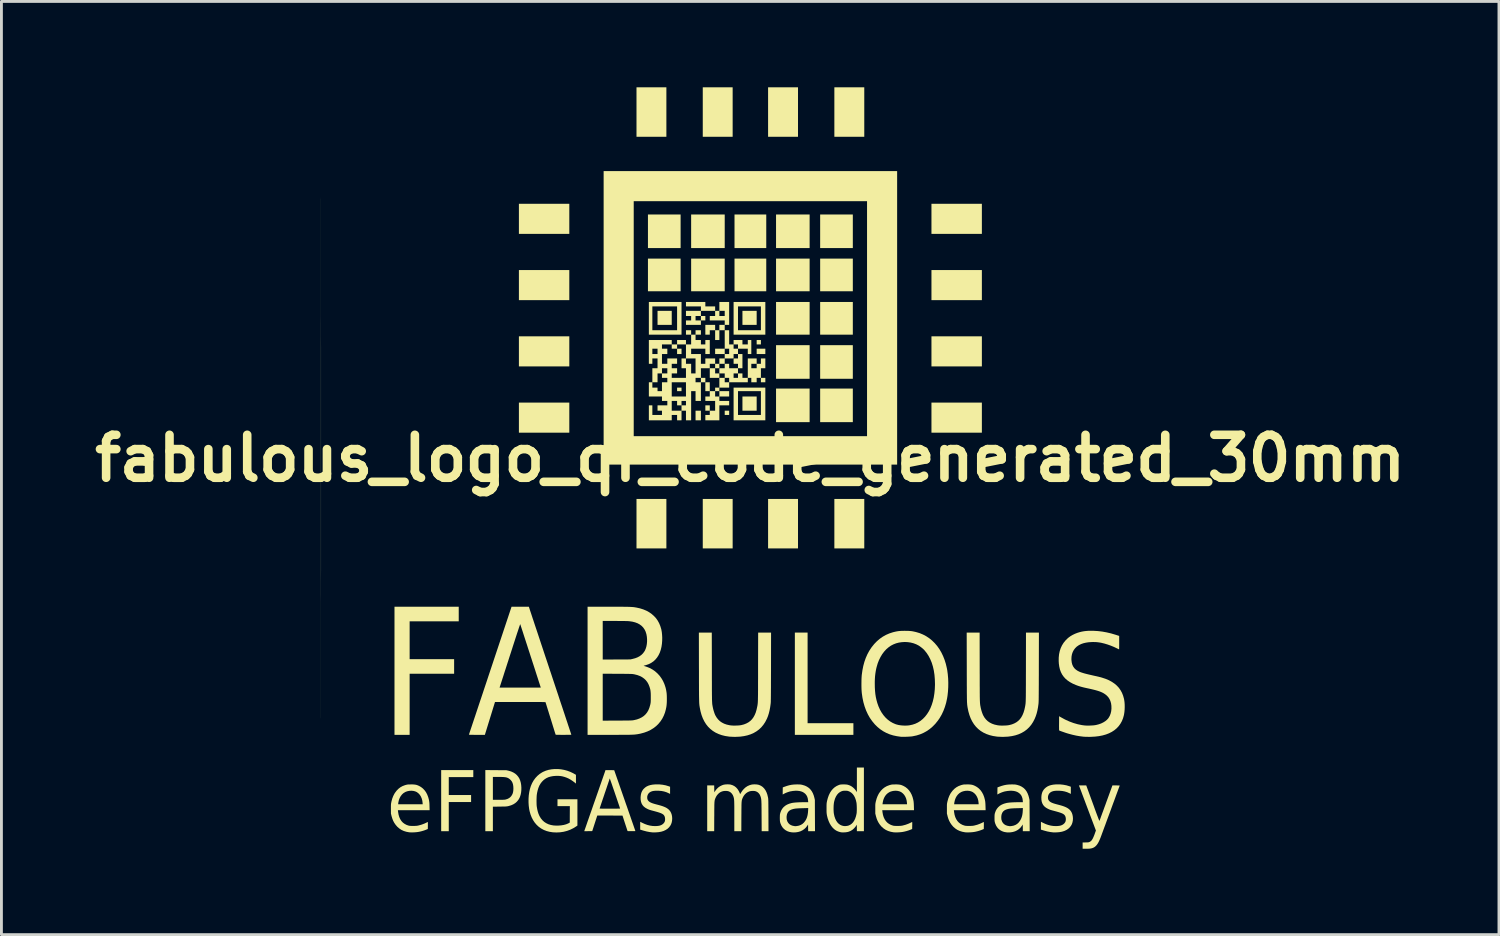
<source format=kicad_pcb>
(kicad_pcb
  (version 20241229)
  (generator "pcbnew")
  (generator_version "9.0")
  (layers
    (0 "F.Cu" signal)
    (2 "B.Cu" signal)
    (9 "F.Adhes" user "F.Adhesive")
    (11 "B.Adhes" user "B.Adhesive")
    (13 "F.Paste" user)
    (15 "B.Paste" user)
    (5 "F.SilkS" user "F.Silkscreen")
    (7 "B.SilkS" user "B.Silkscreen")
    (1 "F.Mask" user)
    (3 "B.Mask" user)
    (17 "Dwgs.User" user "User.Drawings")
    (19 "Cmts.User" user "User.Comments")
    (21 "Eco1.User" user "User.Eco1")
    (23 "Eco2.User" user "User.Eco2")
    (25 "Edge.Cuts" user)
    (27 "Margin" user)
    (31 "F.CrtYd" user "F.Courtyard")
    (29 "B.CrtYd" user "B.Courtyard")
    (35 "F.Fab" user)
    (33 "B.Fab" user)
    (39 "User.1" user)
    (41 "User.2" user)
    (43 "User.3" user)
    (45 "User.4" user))
  (footprint "fabulous_logo_qr_code_generated_30mm"
    (layer "F.Cu")
    (at 23.157 12.961)
    (property "Reference" "fabulous_logo_qr_code_generated_30mm" (at 0 0 0) (layer "F.SilkS") (effects (font (size 1.5 1.5) (thickness 0.3))))
    (attr board_only exclude_from_pos_files exclude_from_bom)
    (fp_poly (pts (xy -6.319 -8.367) (xy -6.319 -7.841) (xy -7.2 -7.841) (xy -8.08 -7.841) (xy -8.08 -8.367) (xy -8.08 -8.892) (xy -7.2 -8.892) (xy -6.319 -8.892)) (stroke (width 0) (type solid)) (fill yes) (layer "F.SilkS"))
    (fp_poly (pts (xy -6.319 -6.052) (xy -6.319 -5.526) (xy -7.2 -5.526) (xy -8.08 -5.526) (xy -8.08 -6.052) (xy -8.08 -6.577) (xy -7.2 -6.577) (xy -6.319 -6.577)) (stroke (width 0) (type solid)) (fill yes) (layer "F.SilkS"))
    (fp_poly (pts (xy -6.319 -3.737) (xy -6.319 -3.211) (xy -7.2 -3.211) (xy -8.08 -3.211) (xy -8.08 -3.737) (xy -8.08 -4.262) (xy -7.2 -4.262) (xy -6.319 -4.262)) (stroke (width 0) (type solid)) (fill yes) (layer "F.SilkS"))
    (fp_poly (pts (xy -6.319 -1.422) (xy -6.319 -0.896) (xy -7.2 -0.896) (xy -8.08 -0.896) (xy -8.08 -1.422) (xy -8.08 -1.947) (xy -7.2 -1.947) (xy -6.319 -1.947)) (stroke (width 0) (type solid)) (fill yes) (layer "F.SilkS"))
    (fp_poly (pts (xy -2.928 -12.097) (xy -2.928 -11.233) (xy -3.45 -11.233) (xy -3.972 -11.233) (xy -3.972 -12.097) (xy -3.972 -12.961) (xy -3.45 -12.961) (xy -2.928 -12.961)) (stroke (width 0) (type solid)) (fill yes) (layer "F.SilkS"))
    (fp_poly (pts (xy -2.928 2.283) (xy -2.928 3.147) (xy -3.45 3.147) (xy -3.972 3.147) (xy -3.972 2.283) (xy -3.972 1.419) (xy -3.45 1.419) (xy -2.928 1.419)) (stroke (width 0) (type solid)) (fill yes) (layer "F.SilkS"))
    (fp_poly (pts (xy -2.741 -4.907) (xy -2.741 -4.662) (xy -2.989 -4.662) (xy -3.237 -4.662) (xy -3.237 -4.907) (xy -3.237 -5.152) (xy -2.989 -5.152) (xy -2.741 -5.152)) (stroke (width 0) (type solid)) (fill yes) (layer "F.SilkS"))
    (fp_poly (pts (xy -2.431 -7.931) (xy -2.431 -7.345) (xy -3.002 -7.345) (xy -3.572 -7.345) (xy -3.572 -7.931) (xy -3.572 -8.518) (xy -3.002 -8.518) (xy -2.431 -8.518)) (stroke (width 0) (type solid)) (fill yes) (layer "F.SilkS"))
    (fp_poly (pts (xy -2.431 -6.406) (xy -2.431 -5.836) (xy -3.002 -5.836) (xy -3.572 -5.836) (xy -3.572 -6.406) (xy -3.572 -6.977) (xy -3.002 -6.977) (xy -2.431 -6.977)) (stroke (width 0) (type solid)) (fill yes) (layer "F.SilkS"))
    (fp_poly (pts (xy -2.399 -3.737) (xy -2.399 -3.643) (xy -2.476 -3.643) (xy -2.554 -3.643) (xy -2.554 -3.737) (xy -2.554 -3.83) (xy -2.476 -3.83) (xy -2.399 -3.83)) (stroke (width 0) (type solid)) (fill yes) (layer "F.SilkS"))
    (fp_poly (pts (xy -2.399 -2.408) (xy -2.399 -2.347) (xy -2.476 -2.347) (xy -2.554 -2.347) (xy -2.554 -2.408) (xy -2.554 -2.47) (xy -2.476 -2.47) (xy -2.399 -2.47)) (stroke (width 0) (type solid)) (fill yes) (layer "F.SilkS"))
    (fp_poly (pts (xy -1.722 -1.496) (xy -1.722 -1.328) (xy -1.815 -1.328) (xy -1.909 -1.328) (xy -1.909 -1.496) (xy -1.909 -1.664) (xy -1.815 -1.664) (xy -1.722 -1.664)) (stroke (width 0) (type solid)) (fill yes) (layer "F.SilkS"))
    (fp_poly (pts (xy -0.89 -7.931) (xy -0.89 -7.345) (xy -1.477 -7.345) (xy -2.063 -7.345) (xy -2.063 -7.931) (xy -2.063 -8.518) (xy -1.477 -8.518) (xy -0.89 -8.518)) (stroke (width 0) (type solid)) (fill yes) (layer "F.SilkS"))
    (fp_poly (pts (xy -0.89 -6.406) (xy -0.89 -5.836) (xy -1.477 -5.836) (xy -2.063 -5.836) (xy -2.063 -6.406) (xy -2.063 -6.977) (xy -1.477 -6.977) (xy -0.89 -6.977)) (stroke (width 0) (type solid)) (fill yes) (layer "F.SilkS"))
    (fp_poly (pts (xy -0.735 -1.59) (xy -0.735 -1.515) (xy -0.812 -1.515) (xy -0.89 -1.515) (xy -0.89 -1.59) (xy -0.89 -1.664) (xy -0.812 -1.664) (xy -0.735 -1.664)) (stroke (width 0) (type solid)) (fill yes) (layer "F.SilkS"))
    (fp_poly (pts (xy -0.613 -12.097) (xy -0.613 -11.233) (xy -1.135 -11.233) (xy -1.657 -11.233) (xy -1.657 -12.097) (xy -1.657 -12.961) (xy -1.135 -12.961) (xy -0.613 -12.961)) (stroke (width 0) (type solid)) (fill yes) (layer "F.SilkS"))
    (fp_poly (pts (xy -0.613 2.283) (xy -0.613 3.147) (xy -1.135 3.147) (xy -1.657 3.147) (xy -1.657 2.283) (xy -1.657 1.419) (xy -1.135 1.419) (xy -0.613 1.419)) (stroke (width 0) (type solid)) (fill yes) (layer "F.SilkS"))
    (fp_poly (pts (xy 0.226 -4.907) (xy 0.226 -4.662) (xy -0.023 -4.662) (xy -0.271 -4.662) (xy -0.271 -4.907) (xy -0.271 -5.152) (xy -0.023 -5.152) (xy 0.226 -5.152)) (stroke (width 0) (type solid)) (fill yes) (layer "F.SilkS"))
    (fp_poly (pts (xy 0.226 -1.912) (xy 0.226 -1.664) (xy -0.023 -1.664) (xy -0.271 -1.664) (xy -0.271 -1.912) (xy -0.271 -2.16) (xy -0.023 -2.16) (xy 0.226 -2.16)) (stroke (width 0) (type solid)) (fill yes) (layer "F.SilkS"))
    (fp_poly (pts (xy 0.374 -4.056) (xy 0.374 -3.979) (xy 0.3 -3.979) (xy 0.226 -3.979) (xy 0.226 -4.056) (xy 0.226 -4.133) (xy 0.3 -4.133) (xy 0.374 -4.133)) (stroke (width 0) (type solid)) (fill yes) (layer "F.SilkS"))
    (fp_poly (pts (xy 0.529 -3.737) (xy 0.529 -3.643) (xy 0.377 -3.643) (xy 0.226 -3.643) (xy 0.226 -3.737) (xy 0.226 -3.83) (xy 0.377 -3.83) (xy 0.529 -3.83)) (stroke (width 0) (type solid)) (fill yes) (layer "F.SilkS"))
    (fp_poly (pts (xy 0.529 -2.734) (xy 0.529 -2.657) (xy 0.451 -2.657) (xy 0.374 -2.657) (xy 0.374 -2.734) (xy 0.374 -2.811) (xy 0.451 -2.811) (xy 0.529 -2.811)) (stroke (width 0) (type solid)) (fill yes) (layer "F.SilkS"))
    (fp_poly (pts (xy 0.561 -7.931) (xy 0.561 -7.345) (xy 0.006 -7.345) (xy -0.548 -7.345) (xy -0.548 -7.931) (xy -0.548 -8.518) (xy 0.006 -8.518) (xy 0.561 -8.518)) (stroke (width 0) (type solid)) (fill yes) (layer "F.SilkS"))
    (fp_poly (pts (xy 0.561 -6.406) (xy 0.561 -5.836) (xy 0.006 -5.836) (xy -0.548 -5.836) (xy -0.548 -6.406) (xy -0.548 -6.977) (xy 0.006 -6.977) (xy 0.561 -6.977)) (stroke (width 0) (type solid)) (fill yes) (layer "F.SilkS"))
    (fp_poly (pts (xy 1.67 -12.097) (xy 1.67 -11.233) (xy 1.148 -11.233) (xy 0.625 -11.233) (xy 0.625 -12.097) (xy 0.625 -12.961) (xy 1.148 -12.961) (xy 1.67 -12.961)) (stroke (width 0) (type solid)) (fill yes) (layer "F.SilkS"))
    (fp_poly (pts (xy 1.67 2.283) (xy 1.67 3.147) (xy 1.148 3.147) (xy 0.625 3.147) (xy 0.625 2.283) (xy 0.625 1.419) (xy 1.148 1.419) (xy 1.67 1.419)) (stroke (width 0) (type solid)) (fill yes) (layer "F.SilkS"))
    (fp_poly (pts (xy 2.076 -7.931) (xy 2.076 -7.345) (xy 1.49 -7.345) (xy 0.903 -7.345) (xy 0.903 -7.931) (xy 0.903 -8.518) (xy 1.49 -8.518) (xy 2.076 -8.518)) (stroke (width 0) (type solid)) (fill yes) (layer "F.SilkS"))
    (fp_poly (pts (xy 2.076 -6.406) (xy 2.076 -5.836) (xy 1.49 -5.836) (xy 0.903 -5.836) (xy 0.903 -6.406) (xy 0.903 -6.977) (xy 1.49 -6.977) (xy 2.076 -6.977)) (stroke (width 0) (type solid)) (fill yes) (layer "F.SilkS"))
    (fp_poly (pts (xy 2.076 -4.891) (xy 2.076 -4.32) (xy 1.49 -4.32) (xy 0.903 -4.32) (xy 0.903 -4.891) (xy 0.903 -5.462) (xy 1.49 -5.462) (xy 2.076 -5.462)) (stroke (width 0) (type solid)) (fill yes) (layer "F.SilkS"))
    (fp_poly (pts (xy 2.076 -3.366) (xy 2.076 -2.779) (xy 1.49 -2.779) (xy 0.903 -2.779) (xy 0.903 -3.366) (xy 0.903 -3.953) (xy 1.49 -3.953) (xy 2.076 -3.953)) (stroke (width 0) (type solid)) (fill yes) (layer "F.SilkS"))
    (fp_poly (pts (xy 2.076 -1.851) (xy 2.076 -1.264) (xy 1.49 -1.264) (xy 0.903 -1.264) (xy 0.903 -1.851) (xy 0.903 -2.437) (xy 1.49 -2.437) (xy 2.076 -2.437)) (stroke (width 0) (type solid)) (fill yes) (layer "F.SilkS"))
    (fp_poly (pts (xy 3.585 -7.931) (xy 3.585 -7.345) (xy 3.015 -7.345) (xy 2.444 -7.345) (xy 2.444 -7.931) (xy 2.444 -8.518) (xy 3.015 -8.518) (xy 3.585 -8.518)) (stroke (width 0) (type solid)) (fill yes) (layer "F.SilkS"))
    (fp_poly (pts (xy 3.585 -6.406) (xy 3.585 -5.836) (xy 3.015 -5.836) (xy 2.444 -5.836) (xy 2.444 -6.406) (xy 2.444 -6.977) (xy 3.015 -6.977) (xy 3.585 -6.977)) (stroke (width 0) (type solid)) (fill yes) (layer "F.SilkS"))
    (fp_poly (pts (xy 3.585 -4.891) (xy 3.585 -4.32) (xy 3.015 -4.32) (xy 2.444 -4.32) (xy 2.444 -4.891) (xy 2.444 -5.462) (xy 3.015 -5.462) (xy 3.585 -5.462)) (stroke (width 0) (type solid)) (fill yes) (layer "F.SilkS"))
    (fp_poly (pts (xy 3.585 -3.366) (xy 3.585 -2.779) (xy 3.015 -2.779) (xy 2.444 -2.779) (xy 2.444 -3.366) (xy 2.444 -3.953) (xy 3.015 -3.953) (xy 3.585 -3.953)) (stroke (width 0) (type solid)) (fill yes) (layer "F.SilkS"))
    (fp_poly (pts (xy 3.585 -1.851) (xy 3.585 -1.264) (xy 3.015 -1.264) (xy 2.444 -1.264) (xy 2.444 -1.851) (xy 2.444 -2.437) (xy 3.015 -2.437) (xy 3.585 -2.437)) (stroke (width 0) (type solid)) (fill yes) (layer "F.SilkS"))
    (fp_poly (pts (xy 3.985 -12.097) (xy 3.985 -11.233) (xy 3.463 -11.233) (xy 2.94 -11.233) (xy 2.94 -12.097) (xy 2.94 -12.961) (xy 3.463 -12.961) (xy 3.985 -12.961)) (stroke (width 0) (type solid)) (fill yes) (layer "F.SilkS"))
    (fp_poly (pts (xy 3.985 2.283) (xy 3.985 3.147) (xy 3.463 3.147) (xy 2.94 3.147) (xy 2.94 2.283) (xy 2.94 1.419) (xy 3.463 1.419) (xy 3.985 1.419)) (stroke (width 0) (type solid)) (fill yes) (layer "F.SilkS"))
    (fp_poly (pts (xy 8.093 -8.367) (xy 8.093 -7.841) (xy 7.212 -7.841) (xy 6.332 -7.841) (xy 6.332 -8.367) (xy 6.332 -8.892) (xy 7.212 -8.892) (xy 8.093 -8.892)) (stroke (width 0) (type solid)) (fill yes) (layer "F.SilkS"))
    (fp_poly (pts (xy 8.093 -6.052) (xy 8.093 -5.526) (xy 7.212 -5.526) (xy 6.332 -5.526) (xy 6.332 -6.052) (xy 6.332 -6.577) (xy 7.212 -6.577) (xy 8.093 -6.577)) (stroke (width 0) (type solid)) (fill yes) (layer "F.SilkS"))
    (fp_poly (pts (xy 8.093 -3.737) (xy 8.093 -3.211) (xy 7.212 -3.211) (xy 6.332 -3.211) (xy 6.332 -3.737) (xy 6.332 -4.262) (xy 7.212 -4.262) (xy 8.093 -4.262)) (stroke (width 0) (type solid)) (fill yes) (layer "F.SilkS"))
    (fp_poly (pts (xy 8.093 -1.422) (xy 8.093 -0.896) (xy 7.212 -0.896) (xy 6.332 -0.896) (xy 6.332 -1.422) (xy 6.332 -1.947) (xy 7.212 -1.947) (xy 8.093 -1.947)) (stroke (width 0) (type solid)) (fill yes) (layer "F.SilkS"))
    (fp_poly (pts (xy -1.225 -3.057) (xy -1.225 -2.966) (xy -1.151 -2.966) (xy -1.077 -2.966) (xy -1.077 -2.889) (xy -1.077 -2.811) (xy -1.245 -2.811) (xy -1.412 -2.811) (xy -1.412 -2.979) (xy -1.412 -3.147) (xy -1.319 -3.147) (xy -1.225 -3.147)) (stroke (width 0) (type solid)) (fill yes) (layer "F.SilkS"))
    (fp_poly (pts (xy 2.005 7.67) (xy 2.005 9.253) (xy 2.805 9.253) (xy 3.605 9.253) (xy 3.605 9.456) (xy 3.605 9.66) (xy 2.583 9.66) (xy 1.56 9.66) (xy 1.56 7.873) (xy 1.56 6.087) (xy 1.783 6.087) (xy 2.005 6.087)) (stroke (width 0) (type solid)) (fill yes) (layer "F.SilkS"))
    (fp_poly (pts (xy -2.399 -4.891) (xy -2.399 -4.32) (xy -2.969 -4.32) (xy -3.54 -4.32) (xy -3.54 -4.891) (xy -3.418 -4.891) (xy -3.418 -4.475) (xy -2.986 -4.475) (xy -2.554 -4.475) (xy -2.554 -4.891) (xy -2.554 -5.307) (xy -2.986 -5.307) (xy -3.418 -5.307) (xy -3.418 -4.891) (xy -3.54 -4.891) (xy -3.54 -5.462) (xy -2.969 -5.462) (xy -2.399 -5.462)) (stroke (width 0) (type solid)) (fill yes) (layer "F.SilkS"))
    (fp_poly (pts (xy 0.529 -4.891) (xy 0.529 -4.32) (xy -0.026 -4.32) (xy -0.58 -4.32) (xy -0.58 -4.891) (xy -0.426 -4.891) (xy -0.426 -4.475) (xy -0.026 -4.475) (xy 0.374 -4.475) (xy 0.374 -4.891) (xy 0.374 -5.307) (xy -0.026 -5.307) (xy -0.426 -5.307) (xy -0.426 -4.891) (xy -0.58 -4.891) (xy -0.58 -5.462) (xy -0.026 -5.462) (xy 0.529 -5.462)) (stroke (width 0) (type solid)) (fill yes) (layer "F.SilkS"))
    (fp_poly (pts (xy 0.529 -1.899) (xy 0.529 -1.328) (xy -0.026 -1.328) (xy -0.58 -1.328) (xy -0.58 -1.899) (xy -0.58 -1.931) (xy -0.426 -1.931) (xy -0.426 -1.515) (xy -0.026 -1.515) (xy 0.374 -1.515) (xy 0.374 -1.931) (xy 0.374 -2.347) (xy -0.026 -2.347) (xy -0.426 -2.347) (xy -0.426 -1.931) (xy -0.58 -1.931) (xy -0.58 -2.47) (xy -0.026 -2.47) (xy 0.529 -2.47)) (stroke (width 0) (type solid)) (fill yes) (layer "F.SilkS"))
    (fp_poly (pts (xy 5.133 -4.907) (xy 5.133 0.219) (xy 0.006 0.219) (xy -5.12 0.219) (xy -5.12 -4.878) (xy -4.069 -4.878) (xy -4.069 -0.774) (xy 0.006 -0.774) (xy 4.082 -0.774) (xy 4.082 -4.878) (xy 4.082 -8.983) (xy 0.006 -8.983) (xy -4.069 -8.983) (xy -4.069 -4.878) (xy -5.12 -4.878) (xy -5.12 -4.907) (xy -5.12 -10.034) (xy 0.006 -10.034) (xy 5.133 -10.034)) (stroke (width 0) (type solid)) (fill yes) (layer "F.SilkS"))
    (fp_poly (pts (xy -10.182 5.439) (xy -10.182 5.694) (xy -11.04 5.694) (xy -11.897 5.694) (xy -11.897 6.355) (xy -11.897 7.016) (xy -11.12 7.016) (xy -10.343 7.016) (xy -10.343 7.271) (xy -10.343 7.525) (xy -11.12 7.525) (xy -11.897 7.525) (xy -11.897 8.592) (xy -11.897 9.66) (xy -12.162 9.66) (xy -12.426 9.66) (xy -12.426 7.422) (xy -12.426 5.184) (xy -11.304 5.184) (xy -10.182 5.184)) (stroke (width 0) (type solid)) (fill yes) (layer "F.SilkS"))
    (fp_poly (pts (xy -9.673 11.014) (xy -9.673 11.136) (xy -10.101 11.136) (xy -10.53 11.136) (xy -10.53 11.449) (xy -10.53 11.762) (xy -10.14 11.762) (xy -9.75 11.762) (xy -9.75 11.884) (xy -9.75 12.007) (xy -10.14 12.007) (xy -10.53 12.007) (xy -10.53 12.516) (xy -10.53 13.026) (xy -10.662 13.026) (xy -10.795 13.026) (xy -10.795 11.958) (xy -10.795 10.891) (xy -10.234 10.891) (xy -9.673 10.891)) (stroke (width 0) (type solid)) (fill yes) (layer "F.SilkS"))
    (fp_poly (pts (xy -8.884 10.893) (xy -8.515 10.896) (xy -8.441 10.913) (xy -8.353 10.939) (xy -8.276 10.974) (xy -8.208 11.016) (xy -8.149 11.068) (xy -8.1 11.128) (xy -8.061 11.192) (xy -8.034 11.26) (xy -8.013 11.335) (xy -8 11.417) (xy -7.994 11.501) (xy -7.995 11.587) (xy -8.003 11.67) (xy -8.019 11.75) (xy -8.042 11.823) (xy -8.06 11.865) (xy -8.101 11.934) (xy -8.15 11.993) (xy -8.208 12.044) (xy -8.274 12.086) (xy -8.35 12.12) (xy -8.437 12.146) (xy -8.438 12.146) (xy -8.456 12.151) (xy -8.474 12.154) (xy -8.49 12.157) (xy -8.509 12.159) (xy -8.53 12.161) (xy -8.556 12.163) (xy -8.588 12.164) (xy -8.628 12.165) (xy -8.678 12.165) (xy -8.738 12.166) (xy -8.749 12.166) (xy -8.989 12.17) (xy -8.989 12.598) (xy -8.989 13.026) (xy -9.121 13.026) (xy -9.253 13.026) (xy -9.253 11.958) (xy -9.253 11.53) (xy -8.989 11.53) (xy -8.989 11.929) (xy -8.792 11.929) (xy -8.731 11.929) (xy -8.681 11.929) (xy -8.64 11.928) (xy -8.608 11.926) (xy -8.582 11.925) (xy -8.561 11.922) (xy -8.546 11.919) (xy -8.483 11.9) (xy -8.426 11.871) (xy -8.377 11.832) (xy -8.347 11.799) (xy -8.319 11.755) (xy -8.297 11.708) (xy -8.283 11.656) (xy -8.275 11.597) (xy -8.272 11.53) (xy -8.276 11.454) (xy -8.287 11.387) (xy -8.306 11.329) (xy -8.333 11.279) (xy -8.37 11.235) (xy -8.405 11.204) (xy -8.43 11.186) (xy -8.455 11.171) (xy -8.481 11.159) (xy -8.51 11.149) (xy -8.543 11.142) (xy -8.582 11.137) (xy -8.629 11.133) (xy -8.684 11.131) (xy -8.75 11.13) (xy -8.795 11.13) (xy -8.989 11.13) (xy -8.989 11.53) (xy -9.253 11.53) (xy -9.253 10.89)) (stroke (width 0) (type solid)) (fill yes) (layer "F.SilkS"))
    (fp_poly (pts (xy -1.567 -5.384) (xy -1.567 -5.307) (xy -1.396 -5.307) (xy -1.225 -5.307) (xy -1.225 -5.23) (xy -1.225 -5.152) (xy -1.151 -5.152) (xy -1.077 -5.152) (xy -1.077 -5.307) (xy -1.077 -5.462) (xy -0.906 -5.462) (xy -0.735 -5.462) (xy -0.735 -5.062) (xy -0.735 -4.662) (xy -0.812 -4.662) (xy -0.89 -4.662) (xy -0.89 -4.569) (xy -0.89 -4.475) (xy -0.983 -4.475) (xy -1.077 -4.475) (xy -1.077 -4.304) (xy -1.077 -4.133) (xy -1.151 -4.133) (xy -1.225 -4.133) (xy -1.225 -4.304) (xy -1.225 -4.475) (xy -1.319 -4.475) (xy -1.412 -4.475) (xy -1.412 -4.398) (xy -1.412 -4.32) (xy -1.49 -4.32) (xy -1.567 -4.32) (xy -1.567 -4.491) (xy -1.567 -4.662) (xy -1.396 -4.662) (xy -1.225 -4.662) (xy -1.225 -4.569) (xy -1.225 -4.475) (xy -1.151 -4.475) (xy -1.077 -4.475) (xy -1.077 -4.569) (xy -1.077 -4.662) (xy -0.983 -4.662) (xy -0.89 -4.662) (xy -0.89 -4.74) (xy -0.89 -4.817) (xy -1.151 -4.817) (xy -1.412 -4.817) (xy -1.412 -4.894) (xy -1.412 -4.972) (xy -1.319 -4.972) (xy -1.225 -4.972) (xy -1.225 -5.062) (xy -1.077 -5.062) (xy -1.077 -4.972) (xy -0.983 -4.972) (xy -0.89 -4.972) (xy -0.89 -5.062) (xy -0.89 -5.152) (xy -0.983 -5.152) (xy -1.077 -5.152) (xy -1.077 -5.062) (xy -1.225 -5.062) (xy -1.225 -5.152) (xy -1.473 -5.152) (xy -1.722 -5.152) (xy -1.722 -5.062) (xy -1.722 -4.972) (xy -1.815 -4.972) (xy -1.909 -4.972) (xy -1.909 -4.894) (xy -1.909 -4.817) (xy -1.815 -4.817) (xy -1.722 -4.817) (xy -1.722 -4.894) (xy -1.722 -4.972) (xy -1.644 -4.972) (xy -1.567 -4.972) (xy -1.567 -4.894) (xy -1.567 -4.817) (xy -1.644 -4.817) (xy -1.722 -4.817) (xy -1.722 -4.74) (xy -1.722 -4.662) (xy -1.983 -4.662) (xy -2.244 -4.662) (xy -2.244 -4.74) (xy -2.244 -4.817) (xy -2.154 -4.817) (xy -2.063 -4.817) (xy -2.063 -4.894) (xy -2.063 -4.972) (xy -2.154 -4.972) (xy -2.244 -4.972) (xy -2.244 -5.062) (xy -2.244 -5.152) (xy -1.983 -5.152) (xy -1.722 -5.152) (xy -1.722 -5.23) (xy -1.722 -5.307) (xy -1.983 -5.307) (xy -2.244 -5.307) (xy -2.244 -5.384) (xy -2.244 -5.462) (xy -1.905 -5.462) (xy -1.567 -5.462)) (stroke (width 0) (type solid)) (fill yes) (layer "F.SilkS"))
    (fp_poly (pts (xy -6.721 10.854) (xy -6.61 10.864) (xy -6.499 10.884) (xy -6.391 10.913) (xy -6.286 10.952) (xy -6.185 11) (xy -6.164 11.012) (xy -6.087 11.056) (xy -6.087 11.209) (xy -6.087 11.363) (xy -6.111 11.343) (xy -6.189 11.282) (xy -6.263 11.232) (xy -6.336 11.19) (xy -6.409 11.157) (xy -6.486 11.13) (xy -6.497 11.127) (xy -6.555 11.111) (xy -6.609 11.101) (xy -6.663 11.095) (xy -6.721 11.092) (xy -6.784 11.093) (xy -6.879 11.1) (xy -6.964 11.115) (xy -7.042 11.137) (xy -7.112 11.168) (xy -7.176 11.208) (xy -7.229 11.251) (xy -7.281 11.305) (xy -7.326 11.365) (xy -7.365 11.432) (xy -7.397 11.508) (xy -7.423 11.592) (xy -7.445 11.688) (xy -7.452 11.733) (xy -7.457 11.769) (xy -7.46 11.814) (xy -7.462 11.867) (xy -7.464 11.924) (xy -7.464 11.982) (xy -7.463 12.039) (xy -7.462 12.091) (xy -7.459 12.136) (xy -7.455 12.171) (xy -7.455 12.171) (xy -7.439 12.262) (xy -7.42 12.342) (xy -7.397 12.414) (xy -7.369 12.479) (xy -7.36 12.498) (xy -7.314 12.575) (xy -7.259 12.642) (xy -7.197 12.699) (xy -7.127 12.745) (xy -7.05 12.782) (xy -6.964 12.808) (xy -6.87 12.825) (xy -6.768 12.831) (xy -6.707 12.83) (xy -6.605 12.822) (xy -6.513 12.807) (xy -6.432 12.785) (xy -6.361 12.756) (xy -6.342 12.746) (xy -6.303 12.725) (xy -6.302 12.437) (xy -6.3 12.149) (xy -6.516 12.149) (xy -6.732 12.149) (xy -6.732 12.029) (xy -6.732 11.91) (xy -6.384 11.91) (xy -6.036 11.91) (xy -6.036 12.37) (xy -6.036 12.829) (xy -6.073 12.855) (xy -6.177 12.92) (xy -6.287 12.974) (xy -6.401 13.016) (xy -6.52 13.046) (xy -6.643 13.064) (xy -6.769 13.07) (xy -6.896 13.064) (xy -7.007 13.047) (xy -7.112 13.02) (xy -7.209 12.982) (xy -7.3 12.933) (xy -7.383 12.875) (xy -7.458 12.806) (xy -7.525 12.728) (xy -7.583 12.641) (xy -7.633 12.545) (xy -7.674 12.441) (xy -7.706 12.328) (xy -7.722 12.249) (xy -7.737 12.132) (xy -7.744 12.012) (xy -7.743 11.891) (xy -7.735 11.772) (xy -7.718 11.657) (xy -7.696 11.555) (xy -7.662 11.446) (xy -7.618 11.344) (xy -7.565 11.251) (xy -7.503 11.167) (xy -7.433 11.092) (xy -7.355 11.026) (xy -7.269 10.971) (xy -7.236 10.953) (xy -7.143 10.913) (xy -7.044 10.883) (xy -6.939 10.864) (xy -6.831 10.854)) (stroke (width 0) (type solid)) (fill yes) (layer "F.SilkS"))
    (fp_poly (pts (xy 11.968 12.052) (xy 12.005 12.153) (xy 12.037 12.243) (xy 12.066 12.322) (xy 12.091 12.39) (xy 12.113 12.449) (xy 12.132 12.499) (xy 12.148 12.541) (xy 12.161 12.576) (xy 12.172 12.604) (xy 12.181 12.625) (xy 12.187 12.641) (xy 12.193 12.652) (xy 12.197 12.659) (xy 12.2 12.662) (xy 12.202 12.662) (xy 12.203 12.66) (xy 12.203 12.66) (xy 12.207 12.651) (xy 12.214 12.632) (xy 12.225 12.602) (xy 12.24 12.562) (xy 12.257 12.513) (xy 12.278 12.457) (xy 12.301 12.393) (xy 12.327 12.324) (xy 12.354 12.249) (xy 12.383 12.169) (xy 12.414 12.086) (xy 12.432 12.034) (xy 12.654 11.426) (xy 12.783 11.426) (xy 12.826 11.427) (xy 12.859 11.427) (xy 12.881 11.428) (xy 12.896 11.429) (xy 12.904 11.431) (xy 12.907 11.433) (xy 12.907 11.437) (xy 12.906 11.438) (xy 12.904 11.445) (xy 12.897 11.464) (xy 12.886 11.493) (xy 12.871 11.533) (xy 12.853 11.581) (xy 12.832 11.639) (xy 12.808 11.704) (xy 12.781 11.777) (xy 12.752 11.857) (xy 12.721 11.942) (xy 12.687 12.033) (xy 12.652 12.128) (xy 12.616 12.227) (xy 12.581 12.323) (xy 12.543 12.426) (xy 12.506 12.526) (xy 12.47 12.623) (xy 12.436 12.716) (xy 12.404 12.804) (xy 12.373 12.886) (xy 12.345 12.962) (xy 12.32 13.031) (xy 12.297 13.092) (xy 12.278 13.145) (xy 12.262 13.188) (xy 12.249 13.222) (xy 12.241 13.244) (xy 12.237 13.255) (xy 12.203 13.336) (xy 12.17 13.406) (xy 12.136 13.464) (xy 12.101 13.512) (xy 12.064 13.551) (xy 12.026 13.581) (xy 12.002 13.595) (xy 11.972 13.609) (xy 11.941 13.62) (xy 11.906 13.628) (xy 11.867 13.634) (xy 11.82 13.637) (xy 11.763 13.638) (xy 11.736 13.638) (xy 11.613 13.638) (xy 11.613 13.529) (xy 11.613 13.42) (xy 11.718 13.418) (xy 11.758 13.417) (xy 11.788 13.416) (xy 11.81 13.414) (xy 11.826 13.411) (xy 11.84 13.407) (xy 11.854 13.401) (xy 11.858 13.399) (xy 11.883 13.385) (xy 11.906 13.368) (xy 11.927 13.345) (xy 11.947 13.316) (xy 11.968 13.28) (xy 11.989 13.235) (xy 12.012 13.181) (xy 12.037 13.115) (xy 12.038 13.109) (xy 12.077 13.003) (xy 11.79 12.239) (xy 11.754 12.143) (xy 11.719 12.051) (xy 11.686 11.962) (xy 11.654 11.878) (xy 11.625 11.8) (xy 11.597 11.727) (xy 11.573 11.661) (xy 11.551 11.603) (xy 11.532 11.553) (xy 11.517 11.512) (xy 11.505 11.481) (xy 11.497 11.46) (xy 11.494 11.451) (xy 11.494 11.451) (xy 11.485 11.426) (xy 11.612 11.426) (xy 11.739 11.426)) (stroke (width 0) (type solid)) (fill yes) (layer "F.SilkS"))
    (fp_poly (pts (xy -3.172 11.391) (xy -3.058 11.403) (xy -2.949 11.424) (xy -2.848 11.455) (xy -2.844 11.456) (xy -2.799 11.473) (xy -2.799 11.598) (xy -2.799 11.723) (xy -2.849 11.698) (xy -2.928 11.663) (xy -3.01 11.638) (xy -3.095 11.621) (xy -3.187 11.613) (xy -3.247 11.611) (xy -3.306 11.612) (xy -3.355 11.616) (xy -3.397 11.622) (xy -3.434 11.632) (xy -3.469 11.646) (xy -3.487 11.655) (xy -3.527 11.682) (xy -3.559 11.718) (xy -3.582 11.761) (xy -3.596 11.81) (xy -3.598 11.843) (xy -3.596 11.885) (xy -3.587 11.918) (xy -3.572 11.947) (xy -3.555 11.968) (xy -3.536 11.986) (xy -3.514 12.003) (xy -3.486 12.019) (xy -3.452 12.035) (xy -3.411 12.051) (xy -3.361 12.067) (xy -3.3 12.084) (xy -3.229 12.103) (xy -3.227 12.103) (xy -3.147 12.125) (xy -3.077 12.146) (xy -3.018 12.168) (xy -2.966 12.19) (xy -2.922 12.213) (xy -2.884 12.239) (xy -2.849 12.267) (xy -2.826 12.29) (xy -2.79 12.336) (xy -2.762 12.39) (xy -2.741 12.451) (xy -2.729 12.516) (xy -2.725 12.583) (xy -2.729 12.65) (xy -2.741 12.716) (xy -2.762 12.778) (xy -2.789 12.83) (xy -2.834 12.89) (xy -2.889 12.942) (xy -2.954 12.984) (xy -3.027 13.018) (xy -3.109 13.043) (xy -3.2 13.059) (xy -3.289 13.066) (xy -3.325 13.067) (xy -3.36 13.068) (xy -3.39 13.068) (xy -3.411 13.067) (xy -3.414 13.067) (xy -3.513 13.055) (xy -3.617 13.035) (xy -3.73 13.005) (xy -3.764 12.995) (xy -3.843 12.971) (xy -3.843 12.834) (xy -3.843 12.697) (xy -3.771 12.733) (xy -3.677 12.776) (xy -3.588 12.808) (xy -3.5 12.83) (xy -3.412 12.843) (xy -3.327 12.847) (xy -3.265 12.845) (xy -3.212 12.84) (xy -3.167 12.832) (xy -3.127 12.819) (xy -3.096 12.805) (xy -3.058 12.781) (xy -3.024 12.75) (xy -2.998 12.715) (xy -2.984 12.686) (xy -2.975 12.645) (xy -2.973 12.6) (xy -2.977 12.555) (xy -2.986 12.519) (xy -2.998 12.493) (xy -3.012 12.47) (xy -3.03 12.449) (xy -3.054 12.431) (xy -3.084 12.413) (xy -3.121 12.396) (xy -3.167 12.379) (xy -3.222 12.361) (xy -3.288 12.342) (xy -3.346 12.326) (xy -3.399 12.312) (xy -3.441 12.301) (xy -3.475 12.291) (xy -3.503 12.283) (xy -3.526 12.275) (xy -3.547 12.267) (xy -3.567 12.258) (xy -3.589 12.248) (xy -3.603 12.241) (xy -3.667 12.204) (xy -3.72 12.162) (xy -3.762 12.113) (xy -3.794 12.057) (xy -3.815 11.994) (xy -3.827 11.923) (xy -3.829 11.843) (xy -3.828 11.833) (xy -3.82 11.756) (xy -3.804 11.688) (xy -3.779 11.628) (xy -3.745 11.574) (xy -3.718 11.544) (xy -3.671 11.5) (xy -3.618 11.464) (xy -3.559 11.436) (xy -3.492 11.415) (xy -3.417 11.4) (xy -3.331 11.392) (xy -3.289 11.39)) (stroke (width 0) (type solid)) (fill yes) (layer "F.SilkS"))
    (fp_poly (pts (xy 10.828 11.391) (xy 10.941 11.403) (xy 11.05 11.424) (xy 11.152 11.455) (xy 11.155 11.456) (xy 11.201 11.473) (xy 11.201 11.598) (xy 11.201 11.723) (xy 11.151 11.698) (xy 11.071 11.663) (xy 10.99 11.638) (xy 10.904 11.621) (xy 10.812 11.613) (xy 10.753 11.611) (xy 10.693 11.612) (xy 10.644 11.616) (xy 10.603 11.622) (xy 10.566 11.632) (xy 10.53 11.646) (xy 10.512 11.655) (xy 10.472 11.682) (xy 10.44 11.718) (xy 10.417 11.761) (xy 10.404 11.81) (xy 10.401 11.843) (xy 10.404 11.885) (xy 10.412 11.918) (xy 10.428 11.947) (xy 10.444 11.968) (xy 10.463 11.986) (xy 10.486 12.003) (xy 10.513 12.019) (xy 10.547 12.035) (xy 10.588 12.051) (xy 10.639 12.067) (xy 10.699 12.084) (xy 10.771 12.103) (xy 10.772 12.103) (xy 10.853 12.125) (xy 10.922 12.146) (xy 10.982 12.168) (xy 11.033 12.19) (xy 11.077 12.213) (xy 11.116 12.239) (xy 11.15 12.267) (xy 11.174 12.29) (xy 11.209 12.336) (xy 11.238 12.39) (xy 11.258 12.451) (xy 11.27 12.516) (xy 11.275 12.583) (xy 11.271 12.65) (xy 11.258 12.716) (xy 11.238 12.778) (xy 11.21 12.83) (xy 11.165 12.89) (xy 11.11 12.942) (xy 11.046 12.984) (xy 10.973 13.018) (xy 10.89 13.043) (xy 10.8 13.059) (xy 10.711 13.066) (xy 10.674 13.067) (xy 10.639 13.068) (xy 10.61 13.068) (xy 10.589 13.067) (xy 10.585 13.067) (xy 10.487 13.055) (xy 10.382 13.035) (xy 10.269 13.005) (xy 10.235 12.995) (xy 10.156 12.971) (xy 10.156 12.834) (xy 10.156 12.697) (xy 10.229 12.733) (xy 10.322 12.776) (xy 10.412 12.808) (xy 10.499 12.83) (xy 10.588 12.843) (xy 10.672 12.847) (xy 10.734 12.845) (xy 10.787 12.84) (xy 10.832 12.832) (xy 10.872 12.819) (xy 10.903 12.805) (xy 10.941 12.781) (xy 10.975 12.75) (xy 11.001 12.715) (xy 11.015 12.686) (xy 11.024 12.645) (xy 11.027 12.6) (xy 11.022 12.555) (xy 11.013 12.519) (xy 11.002 12.493) (xy 10.987 12.47) (xy 10.969 12.449) (xy 10.945 12.431) (xy 10.916 12.413) (xy 10.878 12.396) (xy 10.833 12.379) (xy 10.777 12.361) (xy 10.711 12.342) (xy 10.654 12.326) (xy 10.601 12.312) (xy 10.558 12.301) (xy 10.524 12.291) (xy 10.496 12.283) (xy 10.473 12.275) (xy 10.452 12.267) (xy 10.432 12.258) (xy 10.411 12.248) (xy 10.396 12.241) (xy 10.332 12.204) (xy 10.279 12.162) (xy 10.237 12.113) (xy 10.206 12.057) (xy 10.184 11.994) (xy 10.173 11.923) (xy 10.171 11.843) (xy 10.171 11.833) (xy 10.179 11.756) (xy 10.195 11.688) (xy 10.22 11.628) (xy 10.255 11.574) (xy 10.281 11.544) (xy 10.329 11.5) (xy 10.382 11.464) (xy 10.441 11.436) (xy 10.507 11.415) (xy 10.583 11.4) (xy 10.668 11.392) (xy 10.711 11.39)) (stroke (width 0) (type solid)) (fill yes) (layer "F.SilkS"))
    (fp_poly (pts (xy -11.788 11.392) (xy -11.739 11.395) (xy -11.698 11.4) (xy -11.66 11.408) (xy -11.623 11.42) (xy -11.583 11.437) (xy -11.571 11.442) (xy -11.499 11.483) (xy -11.434 11.534) (xy -11.376 11.595) (xy -11.325 11.665) (xy -11.283 11.745) (xy -11.249 11.834) (xy -11.223 11.929) (xy -11.217 11.961) (xy -11.213 11.99) (xy -11.209 12.021) (xy -11.206 12.056) (xy -11.204 12.098) (xy -11.203 12.149) (xy -11.203 12.15) (xy -11.199 12.291) (xy -11.753 12.291) (xy -12.308 12.291) (xy -12.299 12.359) (xy -12.283 12.451) (xy -12.258 12.534) (xy -12.225 12.607) (xy -12.183 12.671) (xy -12.132 12.726) (xy -12.072 12.77) (xy -12.004 12.806) (xy -11.946 12.826) (xy -11.925 12.832) (xy -11.906 12.836) (xy -11.886 12.838) (xy -11.861 12.84) (xy -11.83 12.841) (xy -11.789 12.841) (xy -11.775 12.841) (xy -11.728 12.841) (xy -11.692 12.84) (xy -11.662 12.838) (xy -11.636 12.835) (xy -11.61 12.831) (xy -11.588 12.826) (xy -11.49 12.8) (xy -11.392 12.764) (xy -11.328 12.735) (xy -11.302 12.722) (xy -11.281 12.712) (xy -11.267 12.705) (xy -11.262 12.703) (xy -11.261 12.709) (xy -11.26 12.726) (xy -11.26 12.752) (xy -11.26 12.785) (xy -11.26 12.823) (xy -11.26 12.826) (xy -11.262 12.949) (xy -11.322 12.974) (xy -11.389 12.999) (xy -11.464 13.022) (xy -11.541 13.041) (xy -11.594 13.051) (xy -11.637 13.057) (xy -11.688 13.062) (xy -11.742 13.066) (xy -11.796 13.067) (xy -11.847 13.067) (xy -11.891 13.066) (xy -11.913 13.064) (xy -12.011 13.046) (xy -12.101 13.018) (xy -12.184 12.98) (xy -12.259 12.93) (xy -12.327 12.871) (xy -12.388 12.801) (xy -12.39 12.797) (xy -12.435 12.732) (xy -12.471 12.664) (xy -12.5 12.592) (xy -12.525 12.511) (xy -12.528 12.5) (xy -12.55 12.41) (xy -12.551 12.242) (xy -12.551 12.191) (xy -12.551 12.151) (xy -12.55 12.119) (xy -12.549 12.092) (xy -12.548 12.084) (xy -12.298 12.084) (xy -11.87 12.084) (xy -11.441 12.084) (xy -11.444 12.037) (xy -11.454 11.959) (xy -11.474 11.885) (xy -11.502 11.818) (xy -11.539 11.758) (xy -11.584 11.708) (xy -11.636 11.667) (xy -11.652 11.657) (xy -11.706 11.633) (xy -11.767 11.618) (xy -11.832 11.612) (xy -11.899 11.615) (xy -11.965 11.627) (xy -12.027 11.647) (xy -12.054 11.66) (xy -12.113 11.696) (xy -12.164 11.743) (xy -12.208 11.799) (xy -12.244 11.864) (xy -12.272 11.936) (xy -12.29 12.015) (xy -12.294 12.044) (xy -12.298 12.084) (xy -12.548 12.084) (xy -12.547 12.07) (xy -12.544 12.049) (xy -12.54 12.028) (xy -12.535 12.003) (xy -12.53 11.982) (xy -12.504 11.884) (xy -12.469 11.795) (xy -12.427 11.713) (xy -12.406 11.681) (xy -12.35 11.607) (xy -12.289 11.545) (xy -12.222 11.493) (xy -12.147 11.451) (xy -12.064 11.419) (xy -12.029 11.409) (xy -12.005 11.403) (xy -11.983 11.398) (xy -11.962 11.395) (xy -11.938 11.393) (xy -11.908 11.392) (xy -11.869 11.392) (xy -11.846 11.391)) (stroke (width 0) (type solid)) (fill yes) (layer "F.SilkS"))
    (fp_poly (pts (xy 5.133 11.392) (xy 5.181 11.395) (xy 5.223 11.4) (xy 5.261 11.408) (xy 5.298 11.42) (xy 5.337 11.437) (xy 5.349 11.442) (xy 5.422 11.483) (xy 5.487 11.534) (xy 5.545 11.595) (xy 5.595 11.665) (xy 5.638 11.745) (xy 5.672 11.834) (xy 5.697 11.929) (xy 5.703 11.961) (xy 5.708 11.99) (xy 5.711 12.021) (xy 5.714 12.056) (xy 5.716 12.098) (xy 5.718 12.149) (xy 5.718 12.15) (xy 5.722 12.291) (xy 5.167 12.291) (xy 4.613 12.291) (xy 4.621 12.359) (xy 4.637 12.451) (xy 4.662 12.534) (xy 4.696 12.607) (xy 4.738 12.671) (xy 4.789 12.726) (xy 4.848 12.77) (xy 4.916 12.806) (xy 4.975 12.826) (xy 4.995 12.832) (xy 5.014 12.836) (xy 5.034 12.838) (xy 5.059 12.84) (xy 5.09 12.841) (xy 5.131 12.841) (xy 5.146 12.841) (xy 5.192 12.841) (xy 5.229 12.84) (xy 5.259 12.838) (xy 5.285 12.835) (xy 5.311 12.831) (xy 5.333 12.826) (xy 5.431 12.8) (xy 5.528 12.764) (xy 5.592 12.735) (xy 5.618 12.722) (xy 5.639 12.712) (xy 5.654 12.705) (xy 5.658 12.703) (xy 5.659 12.709) (xy 5.66 12.726) (xy 5.661 12.752) (xy 5.661 12.785) (xy 5.66 12.823) (xy 5.66 12.826) (xy 5.658 12.949) (xy 5.599 12.974) (xy 5.531 12.999) (xy 5.457 13.022) (xy 5.379 13.041) (xy 5.327 13.051) (xy 5.283 13.057) (xy 5.233 13.062) (xy 5.178 13.066) (xy 5.124 13.067) (xy 5.073 13.067) (xy 5.029 13.066) (xy 5.007 13.064) (xy 4.91 13.046) (xy 4.819 13.018) (xy 4.737 12.98) (xy 4.661 12.93) (xy 4.593 12.871) (xy 4.533 12.801) (xy 4.53 12.797) (xy 4.486 12.732) (xy 4.45 12.664) (xy 4.42 12.592) (xy 4.396 12.511) (xy 4.393 12.5) (xy 4.37 12.41) (xy 4.37 12.242) (xy 4.37 12.191) (xy 4.37 12.151) (xy 4.37 12.119) (xy 4.371 12.092) (xy 4.372 12.084) (xy 4.622 12.084) (xy 5.051 12.084) (xy 5.479 12.084) (xy 5.476 12.037) (xy 5.466 11.959) (xy 5.447 11.885) (xy 5.418 11.818) (xy 5.381 11.758) (xy 5.336 11.708) (xy 5.284 11.667) (xy 5.268 11.657) (xy 5.214 11.633) (xy 5.154 11.618) (xy 5.089 11.612) (xy 5.022 11.615) (xy 4.956 11.627) (xy 4.893 11.647) (xy 4.866 11.66) (xy 4.808 11.696) (xy 4.756 11.743) (xy 4.712 11.799) (xy 4.676 11.864) (xy 4.649 11.936) (xy 4.631 12.015) (xy 4.627 12.044) (xy 4.622 12.084) (xy 4.372 12.084) (xy 4.373 12.07) (xy 4.376 12.049) (xy 4.38 12.028) (xy 4.385 12.003) (xy 4.39 11.982) (xy 4.417 11.884) (xy 4.451 11.795) (xy 4.493 11.713) (xy 4.514 11.681) (xy 4.57 11.607) (xy 4.631 11.545) (xy 4.699 11.493) (xy 4.774 11.451) (xy 4.857 11.419) (xy 4.891 11.409) (xy 4.916 11.403) (xy 4.937 11.398) (xy 4.959 11.395) (xy 4.983 11.393) (xy 5.013 11.392) (xy 5.051 11.392) (xy 5.075 11.391)) (stroke (width 0) (type solid)) (fill yes) (layer "F.SilkS"))
    (fp_poly (pts (xy 7.635 11.392) (xy 7.683 11.395) (xy 7.725 11.4) (xy 7.763 11.408) (xy 7.8 11.42) (xy 7.839 11.437) (xy 7.851 11.442) (xy 7.923 11.483) (xy 7.989 11.534) (xy 8.047 11.595) (xy 8.097 11.665) (xy 8.14 11.745) (xy 8.174 11.834) (xy 8.199 11.929) (xy 8.205 11.961) (xy 8.21 11.99) (xy 8.213 12.021) (xy 8.216 12.056) (xy 8.218 12.098) (xy 8.22 12.149) (xy 8.22 12.15) (xy 8.224 12.291) (xy 7.669 12.291) (xy 7.115 12.291) (xy 7.123 12.359) (xy 7.139 12.451) (xy 7.164 12.534) (xy 7.198 12.607) (xy 7.24 12.671) (xy 7.291 12.726) (xy 7.35 12.77) (xy 7.418 12.806) (xy 7.477 12.826) (xy 7.497 12.832) (xy 7.516 12.836) (xy 7.536 12.838) (xy 7.561 12.84) (xy 7.592 12.841) (xy 7.633 12.841) (xy 7.648 12.841) (xy 7.694 12.841) (xy 7.731 12.84) (xy 7.761 12.838) (xy 7.787 12.835) (xy 7.813 12.831) (xy 7.835 12.826) (xy 7.933 12.8) (xy 8.03 12.764) (xy 8.094 12.735) (xy 8.12 12.722) (xy 8.141 12.712) (xy 8.156 12.705) (xy 8.16 12.703) (xy 8.161 12.709) (xy 8.162 12.726) (xy 8.162 12.752) (xy 8.163 12.785) (xy 8.162 12.823) (xy 8.162 12.826) (xy 8.16 12.949) (xy 8.1 12.974) (xy 8.033 12.999) (xy 7.959 13.022) (xy 7.881 13.041) (xy 7.829 13.051) (xy 7.785 13.057) (xy 7.735 13.062) (xy 7.68 13.066) (xy 7.626 13.067) (xy 7.575 13.067) (xy 7.531 13.066) (xy 7.509 13.064) (xy 7.412 13.046) (xy 7.321 13.018) (xy 7.238 12.98) (xy 7.163 12.93) (xy 7.095 12.871) (xy 7.035 12.801) (xy 7.032 12.797) (xy 6.988 12.732) (xy 6.952 12.664) (xy 6.922 12.592) (xy 6.897 12.511) (xy 6.895 12.5) (xy 6.872 12.41) (xy 6.872 12.242) (xy 6.872 12.191) (xy 6.872 12.151) (xy 6.872 12.119) (xy 6.873 12.092) (xy 6.874 12.084) (xy 7.124 12.084) (xy 7.553 12.084) (xy 7.981 12.084) (xy 7.978 12.037) (xy 7.968 11.959) (xy 7.949 11.885) (xy 7.92 11.818) (xy 7.883 11.758) (xy 7.838 11.708) (xy 7.786 11.667) (xy 7.77 11.657) (xy 7.716 11.633) (xy 7.656 11.618) (xy 7.591 11.612) (xy 7.524 11.615) (xy 7.458 11.627) (xy 7.395 11.647) (xy 7.368 11.66) (xy 7.31 11.696) (xy 7.258 11.743) (xy 7.214 11.799) (xy 7.178 11.864) (xy 7.151 11.936) (xy 7.133 12.015) (xy 7.129 12.044) (xy 7.124 12.084) (xy 6.874 12.084) (xy 6.875 12.07) (xy 6.878 12.049) (xy 6.882 12.028) (xy 6.887 12.003) (xy 6.892 11.982) (xy 6.919 11.884) (xy 6.953 11.795) (xy 6.995 11.713) (xy 7.016 11.681) (xy 7.072 11.607) (xy 7.133 11.545) (xy 7.201 11.493) (xy 7.276 11.451) (xy 7.359 11.419) (xy 7.393 11.409) (xy 7.418 11.403) (xy 7.439 11.398) (xy 7.46 11.395) (xy 7.485 11.393) (xy 7.515 11.392) (xy 7.553 11.392) (xy 7.577 11.391)) (stroke (width 0) (type solid)) (fill yes) (layer "F.SilkS"))
    (fp_poly (pts (xy -4.903 10.893) (xy -4.751 10.894) (xy -4.381 11.955) (xy -4.342 12.068) (xy -4.303 12.177) (xy -4.267 12.283) (xy -4.232 12.384) (xy -4.198 12.48) (xy -4.167 12.57) (xy -4.138 12.654) (xy -4.111 12.731) (xy -4.087 12.8) (xy -4.066 12.861) (xy -4.048 12.913) (xy -4.033 12.956) (xy -4.022 12.988) (xy -4.015 13.01) (xy -4.011 13.02) (xy -4.011 13.021) (xy -4.017 13.022) (xy -4.034 13.023) (xy -4.06 13.024) (xy -4.094 13.024) (xy -4.133 13.024) (xy -4.148 13.024) (xy -4.284 13.022) (xy -4.373 12.752) (xy -4.461 12.481) (xy -4.902 12.479) (xy -5.342 12.478) (xy -5.43 12.75) (xy -5.518 13.022) (xy -5.658 13.024) (xy -5.698 13.025) (xy -5.734 13.025) (xy -5.764 13.025) (xy -5.785 13.025) (xy -5.796 13.024) (xy -5.797 13.024) (xy -5.795 13.018) (xy -5.789 13) (xy -5.779 12.971) (xy -5.765 12.932) (xy -5.748 12.884) (xy -5.728 12.826) (xy -5.705 12.76) (xy -5.68 12.686) (xy -5.651 12.604) (xy -5.621 12.517) (xy -5.588 12.423) (xy -5.553 12.324) (xy -5.52 12.229) (xy -5.259 12.229) (xy -5.259 12.231) (xy -5.257 12.233) (xy -5.25 12.234) (xy -5.24 12.236) (xy -5.224 12.237) (xy -5.201 12.237) (xy -5.171 12.238) (xy -5.133 12.238) (xy -5.085 12.239) (xy -5.027 12.239) (xy -4.958 12.239) (xy -4.905 12.239) (xy -4.838 12.239) (xy -4.775 12.239) (xy -4.718 12.238) (xy -4.667 12.238) (xy -4.623 12.237) (xy -4.588 12.236) (xy -4.563 12.236) (xy -4.549 12.235) (xy -4.546 12.234) (xy -4.548 12.226) (xy -4.554 12.208) (xy -4.563 12.18) (xy -4.575 12.142) (xy -4.59 12.098) (xy -4.608 12.046) (xy -4.627 11.989) (xy -4.648 11.927) (xy -4.67 11.862) (xy -4.693 11.795) (xy -4.717 11.726) (xy -4.74 11.657) (xy -4.764 11.588) (xy -4.787 11.522) (xy -4.809 11.458) (xy -4.829 11.399) (xy -4.848 11.344) (xy -4.865 11.296) (xy -4.88 11.255) (xy -4.891 11.222) (xy -4.9 11.198) (xy -4.905 11.185) (xy -4.906 11.182) (xy -4.909 11.191) (xy -4.916 11.21) (xy -4.925 11.24) (xy -4.938 11.278) (xy -4.954 11.324) (xy -4.971 11.376) (xy -4.991 11.434) (xy -5.012 11.497) (xy -5.034 11.563) (xy -5.057 11.631) (xy -5.081 11.7) (xy -5.104 11.77) (xy -5.127 11.838) (xy -5.15 11.904) (xy -5.171 11.968) (xy -5.191 12.026) (xy -5.209 12.08) (xy -5.225 12.127) (xy -5.238 12.166) (xy -5.248 12.197) (xy -5.256 12.218) (xy -5.259 12.228) (xy -5.259 12.229) (xy -5.52 12.229) (xy -5.517 12.22) (xy -5.48 12.112) (xy -5.441 12.001) (xy -5.43 11.971) (xy -5.391 11.859) (xy -5.353 11.749) (xy -5.316 11.644) (xy -5.281 11.543) (xy -5.248 11.447) (xy -5.216 11.357) (xy -5.187 11.273) (xy -5.16 11.196) (xy -5.136 11.127) (xy -5.115 11.066) (xy -5.097 11.014) (xy -5.082 10.971) (xy -5.071 10.939) (xy -5.063 10.917) (xy -5.059 10.906) (xy -5.059 10.906) (xy -5.055 10.891)) (stroke (width 0) (type solid)) (fill yes) (layer "F.SilkS"))
    (fp_poly (pts (xy 1.679 11.392) (xy 1.713 11.392) (xy 1.741 11.394) (xy 1.764 11.396) (xy 1.787 11.4) (xy 1.811 11.405) (xy 1.831 11.41) (xy 1.912 11.435) (xy 1.984 11.47) (xy 2.048 11.513) (xy 2.103 11.566) (xy 2.15 11.628) (xy 2.19 11.701) (xy 2.222 11.784) (xy 2.243 11.862) (xy 2.259 11.933) (xy 2.261 12.479) (xy 2.264 13.026) (xy 2.145 13.026) (xy 2.025 13.026) (xy 2.023 12.908) (xy 2.022 12.791) (xy 1.993 12.836) (xy 1.945 12.899) (xy 1.888 12.952) (xy 1.824 12.996) (xy 1.753 13.03) (xy 1.675 13.053) (xy 1.591 13.066) (xy 1.503 13.069) (xy 1.444 13.064) (xy 1.367 13.05) (xy 1.295 13.024) (xy 1.231 12.988) (xy 1.175 12.943) (xy 1.126 12.888) (xy 1.087 12.824) (xy 1.057 12.751) (xy 1.047 12.716) (xy 1.042 12.694) (xy 1.039 12.671) (xy 1.037 12.645) (xy 1.036 12.611) (xy 1.035 12.568) (xy 1.035 12.562) (xy 1.271 12.562) (xy 1.276 12.612) (xy 1.28 12.634) (xy 1.301 12.692) (xy 1.332 12.741) (xy 1.371 12.781) (xy 1.42 12.812) (xy 1.478 12.834) (xy 1.544 12.847) (xy 1.544 12.847) (xy 1.56 12.849) (xy 1.57 12.851) (xy 1.579 12.85) (xy 1.598 12.849) (xy 1.622 12.846) (xy 1.633 12.845) (xy 1.704 12.831) (xy 1.768 12.806) (xy 1.826 12.771) (xy 1.877 12.724) (xy 1.923 12.665) (xy 1.93 12.655) (xy 1.962 12.596) (xy 1.987 12.532) (xy 2.005 12.461) (xy 2.017 12.382) (xy 2.023 12.307) (xy 2.027 12.217) (xy 1.844 12.222) (xy 1.772 12.224) (xy 1.711 12.226) (xy 1.66 12.229) (xy 1.616 12.232) (xy 1.578 12.236) (xy 1.544 12.242) (xy 1.512 12.248) (xy 1.493 12.253) (xy 1.432 12.273) (xy 1.381 12.299) (xy 1.341 12.333) (xy 1.31 12.375) (xy 1.288 12.425) (xy 1.28 12.457) (xy 1.272 12.508) (xy 1.271 12.562) (xy 1.035 12.562) (xy 1.035 12.555) (xy 1.036 12.513) (xy 1.037 12.48) (xy 1.038 12.455) (xy 1.041 12.433) (xy 1.045 12.413) (xy 1.051 12.391) (xy 1.053 12.382) (xy 1.081 12.308) (xy 1.118 12.243) (xy 1.165 12.186) (xy 1.222 12.137) (xy 1.288 12.097) (xy 1.365 12.065) (xy 1.451 12.041) (xy 1.46 12.039) (xy 1.511 12.031) (xy 1.575 12.024) (xy 1.65 12.019) (xy 1.735 12.015) (xy 1.831 12.013) (xy 1.876 12.013) (xy 2.027 12.013) (xy 2.022 11.957) (xy 2.012 11.886) (xy 1.993 11.823) (xy 1.964 11.768) (xy 1.926 11.721) (xy 1.877 11.682) (xy 1.833 11.656) (xy 1.779 11.635) (xy 1.715 11.62) (xy 1.645 11.613) (xy 1.568 11.613) (xy 1.489 11.62) (xy 1.407 11.634) (xy 1.395 11.636) (xy 1.347 11.65) (xy 1.294 11.668) (xy 1.241 11.689) (xy 1.195 11.711) (xy 1.184 11.717) (xy 1.135 11.744) (xy 1.136 11.62) (xy 1.138 11.496) (xy 1.196 11.474) (xy 1.285 11.443) (xy 1.367 11.42) (xy 1.448 11.404) (xy 1.53 11.395) (xy 1.617 11.392) (xy 1.635 11.391)) (stroke (width 0) (type solid)) (fill yes) (layer "F.SilkS"))
    (fp_poly (pts (xy 9.178 11.392) (xy 9.213 11.392) (xy 9.24 11.394) (xy 9.264 11.396) (xy 9.286 11.4) (xy 9.31 11.405) (xy 9.331 11.41) (xy 9.412 11.435) (xy 9.484 11.47) (xy 9.547 11.513) (xy 9.603 11.566) (xy 9.65 11.628) (xy 9.689 11.701) (xy 9.721 11.784) (xy 9.742 11.862) (xy 9.758 11.933) (xy 9.761 12.479) (xy 9.764 13.026) (xy 9.644 13.026) (xy 9.524 13.026) (xy 9.523 12.908) (xy 9.521 12.791) (xy 9.492 12.836) (xy 9.444 12.899) (xy 9.388 12.952) (xy 9.323 12.996) (xy 9.252 13.03) (xy 9.174 13.053) (xy 9.091 13.066) (xy 9.002 13.069) (xy 8.944 13.064) (xy 8.866 13.05) (xy 8.795 13.024) (xy 8.73 12.988) (xy 8.674 12.943) (xy 8.626 12.888) (xy 8.587 12.824) (xy 8.557 12.751) (xy 8.547 12.716) (xy 8.542 12.694) (xy 8.538 12.671) (xy 8.536 12.645) (xy 8.535 12.611) (xy 8.535 12.568) (xy 8.535 12.562) (xy 8.771 12.562) (xy 8.775 12.612) (xy 8.78 12.634) (xy 8.801 12.692) (xy 8.831 12.741) (xy 8.871 12.781) (xy 8.919 12.812) (xy 8.977 12.834) (xy 9.044 12.847) (xy 9.044 12.847) (xy 9.06 12.849) (xy 9.07 12.851) (xy 9.079 12.85) (xy 9.097 12.849) (xy 9.122 12.846) (xy 9.133 12.845) (xy 9.203 12.831) (xy 9.268 12.806) (xy 9.325 12.771) (xy 9.377 12.724) (xy 9.422 12.665) (xy 9.429 12.655) (xy 9.461 12.596) (xy 9.486 12.532) (xy 9.505 12.461) (xy 9.517 12.382) (xy 9.522 12.307) (xy 9.526 12.217) (xy 9.343 12.222) (xy 9.271 12.224) (xy 9.211 12.226) (xy 9.159 12.229) (xy 9.116 12.232) (xy 9.078 12.236) (xy 9.044 12.242) (xy 9.012 12.248) (xy 8.993 12.253) (xy 8.931 12.273) (xy 8.881 12.299) (xy 8.84 12.333) (xy 8.809 12.375) (xy 8.788 12.425) (xy 8.779 12.457) (xy 8.772 12.508) (xy 8.771 12.562) (xy 8.535 12.562) (xy 8.535 12.555) (xy 8.535 12.513) (xy 8.536 12.48) (xy 8.538 12.455) (xy 8.54 12.433) (xy 8.544 12.413) (xy 8.55 12.391) (xy 8.553 12.382) (xy 8.58 12.308) (xy 8.618 12.243) (xy 8.665 12.186) (xy 8.721 12.137) (xy 8.788 12.097) (xy 8.864 12.065) (xy 8.951 12.041) (xy 8.959 12.039) (xy 9.011 12.031) (xy 9.074 12.024) (xy 9.149 12.019) (xy 9.235 12.015) (xy 9.33 12.013) (xy 9.375 12.013) (xy 9.526 12.013) (xy 9.522 11.957) (xy 9.512 11.886) (xy 9.492 11.823) (xy 9.464 11.768) (xy 9.425 11.721) (xy 9.376 11.682) (xy 9.332 11.656) (xy 9.278 11.635) (xy 9.215 11.62) (xy 9.144 11.613) (xy 9.068 11.613) (xy 8.988 11.62) (xy 8.907 11.634) (xy 8.895 11.636) (xy 8.846 11.65) (xy 8.793 11.668) (xy 8.741 11.689) (xy 8.694 11.711) (xy 8.683 11.717) (xy 8.634 11.744) (xy 8.636 11.62) (xy 8.638 11.496) (xy 8.696 11.474) (xy 8.784 11.443) (xy 8.867 11.42) (xy 8.947 11.404) (xy 9.029 11.395) (xy 9.116 11.392) (xy 9.134 11.391)) (stroke (width 0) (type solid)) (fill yes) (layer "F.SilkS"))
    (fp_poly (pts (xy 3.972 11.913) (xy 3.972 13.026) (xy 3.85 13.026) (xy 3.727 13.026) (xy 3.726 12.912) (xy 3.724 12.798) (xy 3.698 12.839) (xy 3.683 12.862) (xy 3.661 12.889) (xy 3.636 12.917) (xy 3.621 12.933) (xy 3.567 12.98) (xy 3.507 13.016) (xy 3.44 13.043) (xy 3.408 13.052) (xy 3.369 13.059) (xy 3.322 13.065) (xy 3.273 13.067) (xy 3.225 13.068) (xy 3.184 13.065) (xy 3.174 13.064) (xy 3.131 13.054) (xy 3.083 13.039) (xy 3.036 13.02) (xy 2.996 12.999) (xy 2.994 12.998) (xy 2.932 12.953) (xy 2.875 12.897) (xy 2.824 12.831) (xy 2.778 12.755) (xy 2.74 12.671) (xy 2.708 12.58) (xy 2.684 12.485) (xy 2.679 12.457) (xy 2.675 12.433) (xy 2.672 12.411) (xy 2.67 12.387) (xy 2.668 12.36) (xy 2.667 12.328) (xy 2.667 12.287) (xy 2.667 12.25) (xy 2.912 12.25) (xy 2.914 12.311) (xy 2.917 12.366) (xy 2.923 12.413) (xy 2.924 12.419) (xy 2.943 12.507) (xy 2.969 12.584) (xy 3.001 12.652) (xy 3.04 12.712) (xy 3.05 12.723) (xy 3.095 12.769) (xy 3.148 12.805) (xy 3.206 12.83) (xy 3.268 12.845) (xy 3.333 12.847) (xy 3.399 12.838) (xy 3.437 12.828) (xy 3.494 12.802) (xy 3.546 12.765) (xy 3.592 12.717) (xy 3.632 12.658) (xy 3.666 12.589) (xy 3.693 12.51) (xy 3.714 12.421) (xy 3.715 12.413) (xy 3.72 12.38) (xy 3.722 12.337) (xy 3.724 12.287) (xy 3.724 12.233) (xy 3.723 12.179) (xy 3.721 12.126) (xy 3.718 12.079) (xy 3.714 12.04) (xy 3.712 12.027) (xy 3.691 11.938) (xy 3.663 11.859) (xy 3.628 11.79) (xy 3.586 11.732) (xy 3.537 11.684) (xy 3.48 11.647) (xy 3.444 11.631) (xy 3.421 11.622) (xy 3.403 11.617) (xy 3.383 11.614) (xy 3.36 11.612) (xy 3.329 11.612) (xy 3.318 11.612) (xy 3.283 11.612) (xy 3.257 11.614) (xy 3.236 11.617) (xy 3.217 11.622) (xy 3.196 11.629) (xy 3.195 11.629) (xy 3.135 11.659) (xy 3.081 11.7) (xy 3.035 11.752) (xy 2.996 11.815) (xy 2.963 11.888) (xy 2.938 11.972) (xy 2.926 12.026) (xy 2.92 12.073) (xy 2.915 12.128) (xy 2.913 12.188) (xy 2.912 12.25) (xy 2.667 12.25) (xy 2.667 12.237) (xy 2.667 12.226) (xy 2.667 12.174) (xy 2.667 12.132) (xy 2.668 12.099) (xy 2.669 12.071) (xy 2.671 12.048) (xy 2.674 12.026) (xy 2.678 12.004) (xy 2.683 11.978) (xy 2.685 11.968) (xy 2.712 11.865) (xy 2.746 11.77) (xy 2.787 11.685) (xy 2.836 11.609) (xy 2.892 11.544) (xy 2.954 11.489) (xy 3.023 11.445) (xy 3.097 11.412) (xy 3.105 11.409) (xy 3.126 11.402) (xy 3.144 11.398) (xy 3.163 11.395) (xy 3.185 11.393) (xy 3.214 11.392) (xy 3.253 11.391) (xy 3.26 11.391) (xy 3.309 11.392) (xy 3.349 11.394) (xy 3.383 11.398) (xy 3.415 11.405) (xy 3.448 11.416) (xy 3.483 11.429) (xy 3.533 11.455) (xy 3.583 11.491) (xy 3.631 11.534) (xy 3.675 11.584) (xy 3.702 11.622) (xy 3.727 11.662) (xy 3.727 11.231) (xy 3.727 10.801) (xy 3.85 10.801) (xy 3.972 10.801)) (stroke (width 0) (type solid)) (fill yes) (layer "F.SilkS"))
    (fp_poly (pts (xy -14.995 -9.256) (xy -14.995 -9.238) (xy -14.995 -9.208) (xy -14.995 -9.166) (xy -14.995 -9.113) (xy -14.994 -9.048) (xy -14.994 -8.97) (xy -14.994 -8.881) (xy -14.994 -8.779) (xy -14.994 -8.665) (xy -14.994 -8.539) (xy -14.994 -8.4) (xy -14.994 -8.248) (xy -14.994 -8.085) (xy -14.994 -7.908) (xy -14.994 -7.719) (xy -14.994 -7.517) (xy -14.994 -7.501) (xy -14.994 -7.141) (xy -14.994 -6.768) (xy -14.994 -6.384) (xy -14.994 -5.989) (xy -14.994 -5.585) (xy -14.994 -5.171) (xy -14.994 -4.748) (xy -14.994 -4.318) (xy -14.993 -3.881) (xy -14.993 -3.438) (xy -14.993 -2.989) (xy -14.993 -2.535) (xy -14.993 -2.078) (xy -14.993 -1.617) (xy -14.993 -1.153) (xy -14.993 -0.688) (xy -14.993 -0.221) (xy -14.993 0.245) (xy -14.993 0.712) (xy -14.993 1.177) (xy -14.993 1.64) (xy -14.993 2.101) (xy -14.993 2.559) (xy -14.993 3.012) (xy -14.993 3.461) (xy -14.993 3.904) (xy -14.994 4.34) (xy -14.994 4.77) (xy -14.994 5.192) (xy -14.994 5.605) (xy -14.994 6.01) (xy -14.994 6.404) (xy -14.994 6.787) (xy -14.994 7.159) (xy -14.994 7.501) (xy -14.994 7.704) (xy -14.994 7.894) (xy -14.994 8.072) (xy -14.994 8.237) (xy -14.994 8.389) (xy -14.994 8.529) (xy -14.994 8.656) (xy -14.994 8.771) (xy -14.994 8.874) (xy -14.994 8.964) (xy -14.994 9.042) (xy -14.995 9.109) (xy -14.995 9.163) (xy -14.995 9.205) (xy -14.995 9.236) (xy -14.995 9.255) (xy -14.995 9.262) (xy -14.995 9.257) (xy -14.995 9.241) (xy -14.995 9.214) (xy -14.995 9.175) (xy -14.995 9.125) (xy -14.995 9.064) (xy -14.995 8.991) (xy -14.995 8.908) (xy -14.995 8.813) (xy -14.995 8.708) (xy -14.995 8.591) (xy -14.995 8.464) (xy -14.995 8.327) (xy -14.995 8.178) (xy -14.995 8.02) (xy -14.995 7.85) (xy -14.995 7.671) (xy -14.995 7.481) (xy -14.995 7.281) (xy -14.995 7.07) (xy -14.995 6.85) (xy -14.995 6.619) (xy -14.995 6.379) (xy -14.995 6.129) (xy -14.995 5.869) (xy -14.995 5.6) (xy -14.995 5.32) (xy -14.995 5.032) (xy -14.996 4.733) (xy -14.996 4.426) (xy -14.996 4.109) (xy -14.996 3.783) (xy -14.996 3.448) (xy -14.996 3.103) (xy -14.996 2.75) (xy -14.996 2.388) (xy -14.996 2.017) (xy -14.996 1.637) (xy -14.996 1.248) (xy -14.996 0.851) (xy -14.996 0.445) (xy -14.996 0.031) (xy -14.996 0) (xy -14.996 -0.415) (xy -14.996 -0.821) (xy -14.996 -1.219) (xy -14.996 -1.608) (xy -14.996 -1.989) (xy -14.996 -2.36) (xy -14.996 -2.723) (xy -14.996 -3.077) (xy -14.996 -3.422) (xy -14.996 -3.758) (xy -14.996 -4.085) (xy -14.996 -4.403) (xy -14.996 -4.711) (xy -14.995 -5.01) (xy -14.995 -5.299) (xy -14.995 -5.579) (xy -14.995 -5.849) (xy -14.995 -6.11) (xy -14.995 -6.361) (xy -14.995 -6.602) (xy -14.995 -6.833) (xy -14.995 -7.054) (xy -14.995 -7.265) (xy -14.995 -7.466) (xy -14.995 -7.657) (xy -14.995 -7.837) (xy -14.995 -8.007) (xy -14.995 -8.167) (xy -14.995 -8.316) (xy -14.995 -8.455) (xy -14.995 -8.582) (xy -14.995 -8.699) (xy -14.995 -8.806) (xy -14.995 -8.901) (xy -14.995 -8.985) (xy -14.995 -9.059) (xy -14.995 -9.121) (xy -14.995 -9.172) (xy -14.995 -9.211) (xy -14.995 -9.24) (xy -14.995 -9.256) (xy -14.995 -9.262)) (stroke (width 0) (type solid)) (fill yes) (layer "F.SilkS"))
    (fp_poly (pts (xy -1.339 7.298) (xy -1.339 7.446) (xy -1.339 7.582) (xy -1.339 7.707) (xy -1.338 7.82) (xy -1.338 7.923) (xy -1.338 8.016) (xy -1.338 8.1) (xy -1.337 8.175) (xy -1.337 8.242) (xy -1.336 8.301) (xy -1.335 8.354) (xy -1.335 8.4) (xy -1.334 8.441) (xy -1.332 8.476) (xy -1.331 8.507) (xy -1.329 8.535) (xy -1.328 8.559) (xy -1.326 8.58) (xy -1.324 8.6) (xy -1.321 8.618) (xy -1.318 8.635) (xy -1.315 8.652) (xy -1.312 8.669) (xy -1.308 8.688) (xy -1.304 8.707) (xy -1.302 8.718) (xy -1.292 8.763) (xy -1.278 8.813) (xy -1.262 8.864) (xy -1.246 8.912) (xy -1.229 8.954) (xy -1.218 8.978) (xy -1.172 9.056) (xy -1.119 9.123) (xy -1.058 9.182) (xy -0.988 9.23) (xy -0.91 9.27) (xy -0.822 9.301) (xy -0.725 9.323) (xy -0.695 9.328) (xy -0.648 9.333) (xy -0.594 9.336) (xy -0.534 9.336) (xy -0.473 9.335) (xy -0.414 9.332) (xy -0.36 9.327) (xy -0.315 9.32) (xy -0.31 9.319) (xy -0.218 9.295) (xy -0.135 9.262) (xy -0.061 9.222) (xy 0.005 9.173) (xy 0.063 9.115) (xy 0.113 9.047) (xy 0.156 8.969) (xy 0.193 8.881) (xy 0.222 8.782) (xy 0.242 8.691) (xy 0.246 8.672) (xy 0.249 8.654) (xy 0.253 8.638) (xy 0.255 8.621) (xy 0.258 8.604) (xy 0.26 8.587) (xy 0.262 8.568) (xy 0.264 8.547) (xy 0.266 8.523) (xy 0.267 8.496) (xy 0.268 8.465) (xy 0.27 8.43) (xy 0.27 8.39) (xy 0.271 8.344) (xy 0.272 8.291) (xy 0.273 8.232) (xy 0.273 8.165) (xy 0.274 8.09) (xy 0.274 8.007) (xy 0.274 7.914) (xy 0.274 7.811) (xy 0.275 7.698) (xy 0.275 7.574) (xy 0.275 7.438) (xy 0.275 7.291) (xy 0.278 6.087) (xy 0.504 6.087) (xy 0.729 6.087) (xy 0.727 7.288) (xy 0.727 7.437) (xy 0.726 7.574) (xy 0.726 7.699) (xy 0.725 7.812) (xy 0.725 7.916) (xy 0.725 8.009) (xy 0.724 8.092) (xy 0.724 8.167) (xy 0.723 8.233) (xy 0.723 8.292) (xy 0.722 8.343) (xy 0.722 8.388) (xy 0.721 8.426) (xy 0.72 8.46) (xy 0.72 8.488) (xy 0.719 8.512) (xy 0.718 8.532) (xy 0.717 8.549) (xy 0.715 8.563) (xy 0.714 8.575) (xy 0.714 8.576) (xy 0.697 8.698) (xy 0.676 8.809) (xy 0.651 8.91) (xy 0.621 9.005) (xy 0.585 9.094) (xy 0.578 9.108) (xy 0.524 9.213) (xy 0.46 9.309) (xy 0.389 9.395) (xy 0.309 9.471) (xy 0.22 9.537) (xy 0.124 9.593) (xy 0.019 9.64) (xy -0.095 9.677) (xy -0.217 9.704) (xy -0.347 9.722) (xy -0.486 9.729) (xy -0.542 9.73) (xy -0.587 9.729) (xy -0.635 9.727) (xy -0.68 9.725) (xy -0.719 9.723) (xy -0.743 9.72) (xy -0.873 9.7) (xy -0.994 9.67) (xy -1.107 9.63) (xy -1.211 9.581) (xy -1.306 9.522) (xy -1.393 9.453) (xy -1.472 9.375) (xy -1.542 9.287) (xy -1.603 9.189) (xy -1.656 9.082) (xy -1.7 8.965) (xy -1.735 8.839) (xy -1.757 8.731) (xy -1.761 8.71) (xy -1.764 8.691) (xy -1.767 8.672) (xy -1.77 8.654) (xy -1.773 8.636) (xy -1.775 8.616) (xy -1.777 8.595) (xy -1.779 8.572) (xy -1.781 8.547) (xy -1.782 8.517) (xy -1.783 8.484) (xy -1.784 8.447) (xy -1.785 8.404) (xy -1.786 8.356) (xy -1.787 8.301) (xy -1.788 8.239) (xy -1.788 8.17) (xy -1.789 8.093) (xy -1.789 8.006) (xy -1.789 7.911) (xy -1.79 7.805) (xy -1.79 7.689) (xy -1.79 7.562) (xy -1.79 7.423) (xy -1.791 7.298) (xy -1.793 6.087) (xy -1.567 6.087) (xy -1.342 6.087)) (stroke (width 0) (type solid)) (fill yes) (layer "F.SilkS"))
    (fp_poly (pts (xy 8.017 7.298) (xy 8.017 7.446) (xy 8.018 7.582) (xy 8.018 7.707) (xy 8.018 7.82) (xy 8.018 7.923) (xy 8.019 8.016) (xy 8.019 8.1) (xy 8.019 8.175) (xy 8.02 8.242) (xy 8.02 8.301) (xy 8.021 8.354) (xy 8.022 8.4) (xy 8.023 8.441) (xy 8.024 8.476) (xy 8.026 8.507) (xy 8.027 8.535) (xy 8.029 8.559) (xy 8.031 8.58) (xy 8.033 8.6) (xy 8.035 8.618) (xy 8.038 8.635) (xy 8.041 8.652) (xy 8.045 8.669) (xy 8.048 8.688) (xy 8.052 8.707) (xy 8.054 8.718) (xy 8.065 8.763) (xy 8.078 8.813) (xy 8.094 8.864) (xy 8.111 8.912) (xy 8.128 8.954) (xy 8.139 8.978) (xy 8.184 9.056) (xy 8.237 9.123) (xy 8.299 9.182) (xy 8.368 9.23) (xy 8.447 9.27) (xy 8.534 9.301) (xy 8.631 9.323) (xy 8.662 9.328) (xy 8.708 9.333) (xy 8.763 9.336) (xy 8.823 9.336) (xy 8.884 9.335) (xy 8.943 9.332) (xy 8.997 9.327) (xy 9.042 9.32) (xy 9.047 9.319) (xy 9.139 9.295) (xy 9.222 9.262) (xy 9.296 9.222) (xy 9.362 9.173) (xy 9.42 9.115) (xy 9.47 9.047) (xy 9.513 8.969) (xy 9.549 8.881) (xy 9.579 8.782) (xy 9.599 8.691) (xy 9.603 8.672) (xy 9.606 8.654) (xy 9.609 8.638) (xy 9.612 8.621) (xy 9.614 8.604) (xy 9.617 8.587) (xy 9.619 8.568) (xy 9.621 8.547) (xy 9.622 8.523) (xy 9.624 8.496) (xy 9.625 8.465) (xy 9.626 8.43) (xy 9.627 8.39) (xy 9.628 8.344) (xy 9.629 8.291) (xy 9.629 8.232) (xy 9.63 8.165) (xy 9.63 8.09) (xy 9.63 8.007) (xy 9.631 7.914) (xy 9.631 7.811) (xy 9.631 7.698) (xy 9.631 7.574) (xy 9.632 7.438) (xy 9.632 7.291) (xy 9.634 6.087) (xy 9.86 6.087) (xy 10.086 6.087) (xy 10.083 7.288) (xy 10.083 7.437) (xy 10.083 7.574) (xy 10.082 7.699) (xy 10.082 7.812) (xy 10.082 7.916) (xy 10.081 8.009) (xy 10.081 8.092) (xy 10.08 8.167) (xy 10.08 8.233) (xy 10.079 8.292) (xy 10.079 8.343) (xy 10.078 8.388) (xy 10.078 8.426) (xy 10.077 8.46) (xy 10.076 8.488) (xy 10.075 8.512) (xy 10.074 8.532) (xy 10.073 8.549) (xy 10.072 8.563) (xy 10.071 8.575) (xy 10.071 8.576) (xy 10.054 8.698) (xy 10.033 8.809) (xy 10.008 8.91) (xy 9.977 9.005) (xy 9.941 9.094) (xy 9.935 9.108) (xy 9.88 9.213) (xy 9.817 9.309) (xy 9.745 9.395) (xy 9.665 9.471) (xy 9.577 9.537) (xy 9.48 9.593) (xy 9.375 9.64) (xy 9.262 9.677) (xy 9.14 9.704) (xy 9.009 9.722) (xy 8.871 9.729) (xy 8.815 9.73) (xy 8.769 9.729) (xy 8.722 9.727) (xy 8.676 9.725) (xy 8.637 9.723) (xy 8.613 9.72) (xy 8.484 9.7) (xy 8.363 9.67) (xy 8.25 9.63) (xy 8.146 9.581) (xy 8.05 9.522) (xy 7.963 9.453) (xy 7.885 9.375) (xy 7.815 9.287) (xy 7.754 9.189) (xy 7.701 9.082) (xy 7.657 8.965) (xy 7.621 8.839) (xy 7.599 8.731) (xy 7.595 8.71) (xy 7.592 8.691) (xy 7.589 8.672) (xy 7.586 8.654) (xy 7.584 8.636) (xy 7.581 8.616) (xy 7.579 8.595) (xy 7.578 8.572) (xy 7.576 8.547) (xy 7.574 8.517) (xy 7.573 8.484) (xy 7.572 8.447) (xy 7.571 8.404) (xy 7.57 8.356) (xy 7.57 8.301) (xy 7.569 8.239) (xy 7.568 8.17) (xy 7.568 8.093) (xy 7.568 8.006) (xy 7.567 7.911) (xy 7.567 7.805) (xy 7.567 7.689) (xy 7.566 7.562) (xy 7.566 7.423) (xy 7.566 7.298) (xy 7.563 6.087) (xy 7.789 6.087) (xy 8.015 6.087)) (stroke (width 0) (type solid)) (fill yes) (layer "F.SilkS"))
    (fp_poly (pts (xy -0.271 -3.395) (xy -0.271 -3.147) (xy -0.348 -3.147) (xy -0.426 -3.147) (xy -0.426 -3.057) (xy -0.426 -2.966) (xy -0.503 -2.966) (xy -0.58 -2.966) (xy -0.58 -2.889) (xy -0.58 -2.811) (xy -0.503 -2.811) (xy -0.426 -2.811) (xy -0.426 -2.889) (xy -0.426 -2.966) (xy -0.348 -2.966) (xy -0.271 -2.966) (xy -0.271 -2.889) (xy -0.271 -2.811) (xy -0.177 -2.811) (xy -0.084 -2.811) (xy -0.084 -3.15) (xy -0.084 -3.224) (xy 0.039 -3.224) (xy 0.039 -3.147) (xy 0.132 -3.147) (xy 0.226 -3.147) (xy 0.226 -3.224) (xy 0.226 -3.302) (xy 0.132 -3.302) (xy 0.039 -3.302) (xy 0.039 -3.224) (xy -0.084 -3.224) (xy -0.084 -3.489) (xy 0.071 -3.489) (xy 0.226 -3.489) (xy 0.226 -3.395) (xy 0.226 -3.302) (xy 0.3 -3.302) (xy 0.374 -3.302) (xy 0.374 -3.395) (xy 0.374 -3.489) (xy 0.451 -3.489) (xy 0.529 -3.489) (xy 0.529 -3.318) (xy 0.529 -3.147) (xy 0.451 -3.147) (xy 0.374 -3.147) (xy 0.374 -2.979) (xy 0.374 -2.811) (xy 0.3 -2.811) (xy 0.226 -2.811) (xy 0.226 -2.734) (xy 0.226 -2.657) (xy 0.132 -2.657) (xy 0.039 -2.657) (xy 0.039 -2.734) (xy 0.039 -2.811) (xy -0.023 -2.811) (xy -0.084 -2.811) (xy -0.084 -2.734) (xy -0.084 -2.657) (xy -0.409 -2.657) (xy -0.735 -2.657) (xy -0.735 -2.563) (xy -0.735 -2.47) (xy -0.906 -2.47) (xy -1.077 -2.47) (xy -1.077 -2.408) (xy -1.077 -2.347) (xy -1.151 -2.347) (xy -1.225 -2.347) (xy -1.225 -2.254) (xy -1.225 -2.16) (xy -1.151 -2.16) (xy -1.077 -2.16) (xy -1.077 -2.254) (xy -1.077 -2.347) (xy -0.906 -2.347) (xy -0.735 -2.347) (xy -0.735 -2.254) (xy -0.735 -2.16) (xy -0.906 -2.16) (xy -1.077 -2.16) (xy -1.077 -2.083) (xy -1.077 -2.005) (xy -0.906 -2.005) (xy -0.735 -2.005) (xy -0.735 -1.928) (xy -0.735 -1.851) (xy -0.906 -1.851) (xy -1.077 -1.851) (xy -1.077 -1.59) (xy -1.077 -1.328) (xy -1.322 -1.328) (xy -1.567 -1.328) (xy -1.567 -1.422) (xy -1.567 -1.515) (xy -1.49 -1.515) (xy -1.412 -1.515) (xy -1.412 -1.59) (xy -1.412 -1.664) (xy -1.49 -1.664) (xy -1.567 -1.664) (xy -1.567 -1.757) (xy -1.567 -1.851) (xy -1.49 -1.851) (xy -1.412 -1.851) (xy -1.412 -1.757) (xy -1.412 -1.664) (xy -1.319 -1.664) (xy -1.225 -1.664) (xy -1.225 -1.835) (xy -1.225 -2.005) (xy -1.396 -2.005) (xy -1.567 -2.005) (xy -1.567 -2.083) (xy -1.567 -2.16) (xy -1.49 -2.16) (xy -1.412 -2.16) (xy -1.412 -2.254) (xy -1.412 -2.347) (xy -1.49 -2.347) (xy -1.567 -2.347) (xy -1.567 -2.502) (xy -1.567 -2.657) (xy -1.49 -2.657) (xy -1.412 -2.657) (xy -1.412 -2.502) (xy -1.412 -2.347) (xy -1.319 -2.347) (xy -1.225 -2.347) (xy -1.225 -2.408) (xy -1.225 -2.47) (xy -1.151 -2.47) (xy -1.077 -2.47) (xy -1.077 -2.641) (xy -1.077 -2.734) (xy -0.89 -2.734) (xy -0.89 -2.657) (xy -0.812 -2.657) (xy -0.735 -2.657) (xy -0.735 -2.734) (xy -0.735 -2.811) (xy -0.812 -2.811) (xy -0.89 -2.811) (xy -0.89 -2.734) (xy -1.077 -2.734) (xy -1.077 -2.811) (xy -0.983 -2.811) (xy -0.89 -2.811) (xy -0.89 -2.889) (xy -0.89 -2.966) (xy -0.983 -2.966) (xy -1.077 -2.966) (xy -1.077 -3.057) (xy -1.077 -3.147) (xy -0.983 -3.147) (xy -0.89 -3.147) (xy -0.89 -3.224) (xy -0.89 -3.302) (xy -0.812 -3.302) (xy -0.735 -3.302) (xy -0.735 -3.224) (xy -0.735 -3.147) (xy -0.58 -3.147) (xy -0.426 -3.147) (xy -0.426 -3.224) (xy -0.426 -3.302) (xy -0.503 -3.302) (xy -0.58 -3.302) (xy -0.58 -3.395) (xy -0.58 -3.489) (xy -0.503 -3.489) (xy -0.426 -3.489) (xy -0.426 -3.566) (xy -0.426 -3.643) (xy -0.348 -3.643) (xy -0.271 -3.643)) (stroke (width 0) (type solid)) (fill yes) (layer "F.SilkS"))
    (fp_poly (pts (xy 0.217 11.392) (xy 0.274 11.4) (xy 0.31 11.41) (xy 0.376 11.439) (xy 0.435 11.479) (xy 0.486 11.53) (xy 0.531 11.591) (xy 0.568 11.663) (xy 0.598 11.745) (xy 0.62 11.836) (xy 0.623 11.849) (xy 0.625 11.861) (xy 0.627 11.874) (xy 0.629 11.889) (xy 0.63 11.905) (xy 0.631 11.926) (xy 0.632 11.95) (xy 0.633 11.979) (xy 0.634 12.015) (xy 0.634 12.057) (xy 0.635 12.107) (xy 0.635 12.166) (xy 0.636 12.235) (xy 0.636 12.314) (xy 0.637 12.405) (xy 0.637 12.466) (xy 0.639 13.026) (xy 0.52 13.026) (xy 0.401 13.026) (xy 0.398 12.492) (xy 0.397 12.393) (xy 0.397 12.306) (xy 0.396 12.23) (xy 0.395 12.163) (xy 0.395 12.107) (xy 0.394 12.058) (xy 0.392 12.017) (xy 0.391 11.982) (xy 0.389 11.952) (xy 0.387 11.927) (xy 0.384 11.906) (xy 0.381 11.887) (xy 0.378 11.87) (xy 0.374 11.853) (xy 0.369 11.837) (xy 0.364 11.82) (xy 0.341 11.761) (xy 0.309 11.712) (xy 0.27 11.672) (xy 0.222 11.643) (xy 0.187 11.629) (xy 0.151 11.621) (xy 0.106 11.618) (xy 0.059 11.619) (xy 0.013 11.625) (xy -0.023 11.633) (xy -0.084 11.659) (xy -0.14 11.696) (xy -0.189 11.743) (xy -0.231 11.799) (xy -0.264 11.863) (xy -0.267 11.871) (xy -0.274 11.888) (xy -0.28 11.904) (xy -0.285 11.919) (xy -0.289 11.934) (xy -0.293 11.951) (xy -0.296 11.969) (xy -0.298 11.991) (xy -0.301 12.017) (xy -0.302 12.049) (xy -0.304 12.086) (xy -0.305 12.13) (xy -0.305 12.182) (xy -0.306 12.243) (xy -0.307 12.314) (xy -0.307 12.396) (xy -0.308 12.489) (xy -0.308 12.515) (xy -0.31 13.026) (xy -0.432 13.026) (xy -0.555 13.026) (xy -0.555 12.495) (xy -0.555 12.395) (xy -0.555 12.307) (xy -0.555 12.23) (xy -0.555 12.163) (xy -0.556 12.105) (xy -0.557 12.056) (xy -0.558 12.014) (xy -0.559 11.978) (xy -0.561 11.948) (xy -0.563 11.923) (xy -0.565 11.901) (xy -0.568 11.882) (xy -0.572 11.865) (xy -0.576 11.849) (xy -0.58 11.833) (xy -0.583 11.823) (xy -0.607 11.764) (xy -0.64 11.714) (xy -0.68 11.673) (xy -0.728 11.643) (xy -0.761 11.63) (xy -0.797 11.622) (xy -0.841 11.618) (xy -0.888 11.619) (xy -0.934 11.624) (xy -0.97 11.633) (xy -1.014 11.649) (xy -1.052 11.669) (xy -1.088 11.695) (xy -1.114 11.719) (xy -1.157 11.766) (xy -1.19 11.818) (xy -1.215 11.871) (xy -1.222 11.888) (xy -1.227 11.904) (xy -1.233 11.919) (xy -1.237 11.934) (xy -1.241 11.95) (xy -1.244 11.969) (xy -1.246 11.991) (xy -1.249 12.017) (xy -1.25 12.048) (xy -1.252 12.085) (xy -1.253 12.13) (xy -1.253 12.182) (xy -1.254 12.243) (xy -1.255 12.313) (xy -1.255 12.395) (xy -1.255 12.488) (xy -1.256 12.515) (xy -1.258 13.026) (xy -1.38 13.026) (xy -1.502 13.026) (xy -1.502 12.226) (xy -1.502 11.426) (xy -1.38 11.426) (xy -1.258 11.426) (xy -1.256 11.547) (xy -1.254 11.667) (xy -1.227 11.626) (xy -1.176 11.558) (xy -1.119 11.501) (xy -1.054 11.455) (xy -0.984 11.421) (xy -0.932 11.403) (xy -0.894 11.396) (xy -0.848 11.391) (xy -0.798 11.389) (xy -0.749 11.39) (xy -0.705 11.394) (xy -0.686 11.397) (xy -0.615 11.419) (xy -0.551 11.452) (xy -0.495 11.495) (xy -0.445 11.55) (xy -0.403 11.615) (xy -0.392 11.636) (xy -0.379 11.662) (xy -0.369 11.686) (xy -0.362 11.704) (xy -0.361 11.705) (xy -0.356 11.721) (xy -0.352 11.729) (xy -0.351 11.73) (xy -0.347 11.724) (xy -0.339 11.711) (xy -0.328 11.692) (xy -0.278 11.615) (xy -0.222 11.549) (xy -0.16 11.493) (xy -0.092 11.449) (xy -0.019 11.417) (xy 0.039 11.4) (xy 0.095 11.391) (xy 0.156 11.389)) (stroke (width 0) (type solid)) (fill yes) (layer "F.SilkS"))
    (fp_poly (pts (xy 5.472 6.027) (xy 5.53 6.028) (xy 5.582 6.032) (xy 5.629 6.036) (xy 5.675 6.043) (xy 5.724 6.053) (xy 5.776 6.065) (xy 5.794 6.069) (xy 5.918 6.106) (xy 6.036 6.155) (xy 6.148 6.214) (xy 6.254 6.284) (xy 6.353 6.365) (xy 6.445 6.455) (xy 6.53 6.554) (xy 6.608 6.663) (xy 6.677 6.781) (xy 6.738 6.907) (xy 6.791 7.041) (xy 6.835 7.182) (xy 6.87 7.331) (xy 6.883 7.399) (xy 6.902 7.541) (xy 6.915 7.689) (xy 6.92 7.842) (xy 6.918 7.996) (xy 6.909 8.147) (xy 6.893 8.293) (xy 6.878 8.386) (xy 6.845 8.54) (xy 6.801 8.687) (xy 6.748 8.827) (xy 6.686 8.958) (xy 6.614 9.081) (xy 6.554 9.166) (xy 6.467 9.274) (xy 6.374 9.369) (xy 6.275 9.454) (xy 6.17 9.527) (xy 6.058 9.589) (xy 5.94 9.64) (xy 5.815 9.68) (xy 5.684 9.708) (xy 5.662 9.712) (xy 5.631 9.716) (xy 5.591 9.719) (xy 5.544 9.722) (xy 5.493 9.725) (xy 5.441 9.727) (xy 5.39 9.728) (xy 5.343 9.729) (xy 5.303 9.729) (xy 5.272 9.727) (xy 5.265 9.727) (xy 5.125 9.707) (xy 4.994 9.679) (xy 4.871 9.641) (xy 4.755 9.592) (xy 4.647 9.534) (xy 4.544 9.465) (xy 4.448 9.386) (xy 4.356 9.296) (xy 4.351 9.29) (xy 4.262 9.183) (xy 4.181 9.068) (xy 4.111 8.944) (xy 4.05 8.812) (xy 3.998 8.671) (xy 3.955 8.522) (xy 3.922 8.364) (xy 3.898 8.196) (xy 3.897 8.183) (xy 3.893 8.133) (xy 3.889 8.073) (xy 3.887 8.006) (xy 3.886 7.934) (xy 3.886 7.877) (xy 4.352 7.877) (xy 4.354 8.006) (xy 4.361 8.125) (xy 4.372 8.236) (xy 4.389 8.342) (xy 4.412 8.445) (xy 4.44 8.546) (xy 4.441 8.549) (xy 4.483 8.668) (xy 4.533 8.779) (xy 4.591 8.881) (xy 4.656 8.974) (xy 4.728 9.057) (xy 4.806 9.13) (xy 4.891 9.193) (xy 4.981 9.245) (xy 5.076 9.286) (xy 5.114 9.298) (xy 5.184 9.316) (xy 5.262 9.328) (xy 5.345 9.335) (xy 5.428 9.337) (xy 5.508 9.333) (xy 5.561 9.327) (xy 5.668 9.304) (xy 5.769 9.271) (xy 5.863 9.226) (xy 5.951 9.17) (xy 6.032 9.103) (xy 6.108 9.025) (xy 6.178 8.935) (xy 6.242 8.834) (xy 6.296 8.728) (xy 6.342 8.612) (xy 6.381 8.487) (xy 6.412 8.354) (xy 6.434 8.213) (xy 6.449 8.065) (xy 6.455 7.911) (xy 6.455 7.884) (xy 6.45 7.718) (xy 6.437 7.56) (xy 6.414 7.41) (xy 6.382 7.27) (xy 6.341 7.138) (xy 6.29 7.016) (xy 6.231 6.902) (xy 6.163 6.798) (xy 6.085 6.702) (xy 6.072 6.688) (xy 6.049 6.666) (xy 6.019 6.639) (xy 5.984 6.611) (xy 5.949 6.584) (xy 5.915 6.56) (xy 5.89 6.543) (xy 5.801 6.497) (xy 5.706 6.461) (xy 5.607 6.436) (xy 5.505 6.421) (xy 5.401 6.416) (xy 5.297 6.422) (xy 5.194 6.437) (xy 5.095 6.463) (xy 5.001 6.5) (xy 4.918 6.543) (xy 4.833 6.602) (xy 4.753 6.671) (xy 4.679 6.752) (xy 4.612 6.841) (xy 4.552 6.941) (xy 4.499 7.048) (xy 4.454 7.163) (xy 4.418 7.286) (xy 4.402 7.351) (xy 4.385 7.437) (xy 4.372 7.522) (xy 4.362 7.607) (xy 4.356 7.697) (xy 4.352 7.795) (xy 4.352 7.877) (xy 3.886 7.877) (xy 3.886 7.86) (xy 3.887 7.787) (xy 3.888 7.717) (xy 3.891 7.653) (xy 3.895 7.597) (xy 3.897 7.57) (xy 3.92 7.407) (xy 3.95 7.254) (xy 3.989 7.11) (xy 4.037 6.974) (xy 4.093 6.846) (xy 4.158 6.726) (xy 4.233 6.612) (xy 4.247 6.593) (xy 4.333 6.486) (xy 4.426 6.39) (xy 4.525 6.305) (xy 4.631 6.231) (xy 4.743 6.168) (xy 4.86 6.117) (xy 4.983 6.077) (xy 5.014 6.069) (xy 5.069 6.056) (xy 5.118 6.046) (xy 5.165 6.038) (xy 5.211 6.033) (xy 5.261 6.029) (xy 5.316 6.027) (xy 5.381 6.026) (xy 5.404 6.026)) (stroke (width 0) (type solid)) (fill yes) (layer "F.SilkS"))
    (fp_poly (pts (xy -7.702 5.276) (xy -7.698 5.289) (xy -7.69 5.314) (xy -7.678 5.35) (xy -7.662 5.397) (xy -7.643 5.455) (xy -7.621 5.522) (xy -7.596 5.599) (xy -7.567 5.684) (xy -7.536 5.779) (xy -7.502 5.881) (xy -7.465 5.991) (xy -7.426 6.108) (xy -7.385 6.232) (xy -7.342 6.362) (xy -7.297 6.498) (xy -7.25 6.639) (xy -7.202 6.784) (xy -7.152 6.935) (xy -7.1 7.089) (xy -7.048 7.246) (xy -6.995 7.407) (xy -6.96 7.509) (xy -6.907 7.671) (xy -6.854 7.829) (xy -6.803 7.983) (xy -6.753 8.133) (xy -6.704 8.279) (xy -6.658 8.421) (xy -6.613 8.556) (xy -6.569 8.686) (xy -6.528 8.81) (xy -6.489 8.927) (xy -6.453 9.037) (xy -6.419 9.14) (xy -6.387 9.234) (xy -6.359 9.321) (xy -6.333 9.398) (xy -6.311 9.466) (xy -6.291 9.524) (xy -6.276 9.572) (xy -6.263 9.61) (xy -6.254 9.637) (xy -6.25 9.652) (xy -6.248 9.655) (xy -6.255 9.656) (xy -6.272 9.657) (xy -6.301 9.658) (xy -6.337 9.658) (xy -6.382 9.659) (xy -6.433 9.659) (xy -6.489 9.66) (xy -6.522 9.66) (xy -6.589 9.66) (xy -6.644 9.659) (xy -6.688 9.659) (xy -6.723 9.659) (xy -6.75 9.658) (xy -6.769 9.657) (xy -6.783 9.656) (xy -6.791 9.654) (xy -6.796 9.652) (xy -6.798 9.65) (xy -6.799 9.648) (xy -6.801 9.641) (xy -6.807 9.621) (xy -6.817 9.592) (xy -6.829 9.553) (xy -6.844 9.505) (xy -6.861 9.449) (xy -6.881 9.386) (xy -6.902 9.317) (xy -6.925 9.243) (xy -6.949 9.165) (xy -6.974 9.086) (xy -6.999 9.004) (xy -7.024 8.926) (xy -7.046 8.852) (xy -7.068 8.784) (xy -7.087 8.721) (xy -7.105 8.665) (xy -7.119 8.618) (xy -7.132 8.579) (xy -7.141 8.549) (xy -7.146 8.53) (xy -7.149 8.523) (xy -7.15 8.521) (xy -7.152 8.52) (xy -7.156 8.519) (xy -7.163 8.518) (xy -7.174 8.517) (xy -7.188 8.516) (xy -7.206 8.515) (xy -7.23 8.514) (xy -7.26 8.514) (xy -7.296 8.513) (xy -7.34 8.513) (xy -7.391 8.513) (xy -7.45 8.512) (xy -7.518 8.512) (xy -7.596 8.512) (xy -7.685 8.512) (xy -7.784 8.512) (xy -7.894 8.512) (xy -8.017 8.512) (xy -8.033 8.512) (xy -8.915 8.512) (xy -9.092 9.086) (xy -9.269 9.66) (xy -9.549 9.66) (xy -9.619 9.66) (xy -9.677 9.659) (xy -9.723 9.659) (xy -9.76 9.658) (xy -9.788 9.657) (xy -9.807 9.656) (xy -9.819 9.655) (xy -9.825 9.653) (xy -9.826 9.652) (xy -9.823 9.645) (xy -9.817 9.626) (xy -9.807 9.597) (xy -9.794 9.556) (xy -9.777 9.505) (xy -9.756 9.443) (xy -9.732 9.372) (xy -9.706 9.292) (xy -9.676 9.203) (xy -9.644 9.106) (xy -9.608 9) (xy -9.571 8.888) (xy -9.531 8.768) (xy -9.489 8.641) (xy -9.445 8.509) (xy -9.398 8.37) (xy -9.35 8.226) (xy -9.301 8.078) (xy -9.278 8.009) (xy -8.755 8.009) (xy -8.036 8.009) (xy -7.317 8.009) (xy -7.322 7.992) (xy -7.324 7.984) (xy -7.33 7.964) (xy -7.34 7.934) (xy -7.353 7.893) (xy -7.369 7.844) (xy -7.388 7.786) (xy -7.409 7.72) (xy -7.432 7.648) (xy -7.458 7.569) (xy -7.485 7.485) (xy -7.513 7.396) (xy -7.543 7.304) (xy -7.574 7.208) (xy -7.606 7.11) (xy -7.638 7.01) (xy -7.671 6.91) (xy -7.703 6.809) (xy -7.736 6.709) (xy -7.768 6.61) (xy -7.799 6.513) (xy -7.83 6.42) (xy -7.859 6.329) (xy -7.887 6.244) (xy -7.913 6.163) (xy -7.937 6.088) (xy -7.959 6.02) (xy -7.979 5.96) (xy -7.996 5.907) (xy -8.01 5.864) (xy -8.021 5.83) (xy -8.029 5.806) (xy -8.033 5.794) (xy -8.034 5.792) (xy -8.036 5.797) (xy -8.043 5.814) (xy -8.052 5.841) (xy -8.065 5.879) (xy -8.081 5.926) (xy -8.099 5.981) (xy -8.12 6.045) (xy -8.144 6.115) (xy -8.169 6.193) (xy -8.196 6.275) (xy -8.224 6.363) (xy -8.254 6.455) (xy -8.285 6.55) (xy -8.318 6.654) (xy -8.352 6.76) (xy -8.387 6.867) (xy -8.421 6.972) (xy -8.454 7.077) (xy -8.487 7.177) (xy -8.518 7.274) (xy -8.547 7.365) (xy -8.575 7.449) (xy -8.599 7.525) (xy -8.62 7.592) (xy -8.638 7.647) (xy -8.643 7.662) (xy -8.755 8.009) (xy -9.278 8.009) (xy -9.25 7.925) (xy -9.197 7.767) (xy -9.144 7.606) (xy -9.089 7.442) (xy -9.08 7.414) (xy -8.337 5.184) (xy -8.034 5.184) (xy -7.732 5.184)) (stroke (width 0) (type solid)) (fill yes) (layer "F.SilkS"))
    (fp_poly (pts (xy 11.979 6.025) (xy 11.989 6.025) (xy 12.143 6.034) (xy 12.296 6.052) (xy 12.451 6.08) (xy 12.608 6.117) (xy 12.767 6.164) (xy 12.89 6.204) (xy 12.89 6.439) (xy 12.89 6.493) (xy 12.89 6.542) (xy 12.889 6.585) (xy 12.889 6.622) (xy 12.888 6.65) (xy 12.888 6.668) (xy 12.887 6.674) (xy 12.887 6.674) (xy 12.88 6.671) (xy 12.864 6.664) (xy 12.842 6.653) (xy 12.821 6.643) (xy 12.709 6.59) (xy 12.595 6.543) (xy 12.482 6.503) (xy 12.372 6.47) (xy 12.268 6.445) (xy 12.239 6.439) (xy 12.171 6.429) (xy 12.108 6.421) (xy 12.045 6.418) (xy 11.977 6.417) (xy 11.929 6.418) (xy 11.824 6.425) (xy 11.73 6.439) (xy 11.643 6.459) (xy 11.565 6.486) (xy 11.492 6.521) (xy 11.472 6.533) (xy 11.405 6.58) (xy 11.349 6.636) (xy 11.303 6.698) (xy 11.266 6.769) (xy 11.24 6.845) (xy 11.225 6.928) (xy 11.221 7.016) (xy 11.223 7.054) (xy 11.233 7.135) (xy 11.252 7.207) (xy 11.281 7.27) (xy 11.319 7.326) (xy 11.368 7.374) (xy 11.427 7.416) (xy 11.487 7.448) (xy 11.524 7.464) (xy 11.567 7.48) (xy 11.617 7.496) (xy 11.673 7.513) (xy 11.739 7.53) (xy 11.815 7.549) (xy 11.902 7.569) (xy 11.92 7.573) (xy 11.988 7.589) (xy 12.046 7.602) (xy 12.093 7.612) (xy 12.132 7.621) (xy 12.164 7.628) (xy 12.189 7.635) (xy 12.211 7.64) (xy 12.229 7.644) (xy 12.245 7.649) (xy 12.261 7.653) (xy 12.278 7.658) (xy 12.297 7.664) (xy 12.421 7.705) (xy 12.534 7.753) (xy 12.636 7.809) (xy 12.727 7.871) (xy 12.808 7.94) (xy 12.879 8.017) (xy 12.938 8.101) (xy 12.988 8.192) (xy 13.027 8.291) (xy 13.057 8.398) (xy 13.065 8.439) (xy 13.076 8.516) (xy 13.082 8.601) (xy 13.083 8.69) (xy 13.08 8.78) (xy 13.072 8.866) (xy 13.06 8.945) (xy 13.054 8.975) (xy 13.024 9.082) (xy 12.984 9.181) (xy 12.933 9.272) (xy 12.873 9.355) (xy 12.803 9.43) (xy 12.723 9.497) (xy 12.634 9.555) (xy 12.535 9.605) (xy 12.427 9.647) (xy 12.31 9.68) (xy 12.183 9.705) (xy 12.047 9.721) (xy 11.903 9.729) (xy 11.833 9.73) (xy 11.787 9.729) (xy 11.742 9.728) (xy 11.7 9.727) (xy 11.665 9.725) (xy 11.639 9.724) (xy 11.636 9.723) (xy 11.515 9.708) (xy 11.387 9.686) (xy 11.254 9.656) (xy 11.12 9.62) (xy 11.066 9.604) (xy 11.031 9.593) (xy 10.993 9.58) (xy 10.953 9.566) (xy 10.913 9.552) (xy 10.876 9.539) (xy 10.843 9.527) (xy 10.817 9.517) (xy 10.8 9.509) (xy 10.793 9.505) (xy 10.792 9.498) (xy 10.791 9.479) (xy 10.79 9.451) (xy 10.79 9.413) (xy 10.789 9.369) (xy 10.789 9.319) (xy 10.79 9.264) (xy 10.79 9.255) (xy 10.791 9.009) (xy 10.853 9.045) (xy 10.998 9.124) (xy 11.145 9.191) (xy 11.292 9.246) (xy 11.44 9.289) (xy 11.586 9.319) (xy 11.674 9.331) (xy 11.727 9.335) (xy 11.788 9.337) (xy 11.854 9.336) (xy 11.921 9.333) (xy 11.985 9.329) (xy 12.044 9.322) (xy 12.084 9.315) (xy 12.174 9.292) (xy 12.257 9.263) (xy 12.333 9.226) (xy 12.401 9.184) (xy 12.46 9.136) (xy 12.508 9.084) (xy 12.52 9.066) (xy 12.561 8.996) (xy 12.591 8.918) (xy 12.611 8.834) (xy 12.62 8.744) (xy 12.618 8.648) (xy 12.618 8.646) (xy 12.606 8.558) (xy 12.583 8.479) (xy 12.551 8.408) (xy 12.509 8.344) (xy 12.456 8.288) (xy 12.431 8.266) (xy 12.391 8.236) (xy 12.349 8.209) (xy 12.303 8.184) (xy 12.252 8.161) (xy 12.195 8.139) (xy 12.13 8.118) (xy 12.056 8.097) (xy 11.973 8.076) (xy 11.879 8.054) (xy 11.833 8.044) (xy 11.754 8.027) (xy 11.686 8.012) (xy 11.627 7.998) (xy 11.575 7.984) (xy 11.528 7.971) (xy 11.484 7.957) (xy 11.442 7.943) (xy 11.4 7.927) (xy 11.381 7.92) (xy 11.272 7.873) (xy 11.175 7.82) (xy 11.089 7.762) (xy 11.014 7.699) (xy 10.951 7.629) (xy 10.897 7.552) (xy 10.854 7.468) (xy 10.82 7.376) (xy 10.797 7.277) (xy 10.782 7.169) (xy 10.777 7.084) (xy 10.778 6.961) (xy 10.79 6.844) (xy 10.813 6.734) (xy 10.847 6.631) (xy 10.892 6.535) (xy 10.947 6.446) (xy 11.014 6.363) (xy 11.091 6.287) (xy 11.127 6.257) (xy 11.191 6.211) (xy 11.265 6.168) (xy 11.346 6.129) (xy 11.431 6.096) (xy 11.51 6.072) (xy 11.584 6.054) (xy 11.655 6.041) (xy 11.728 6.032) (xy 11.804 6.026) (xy 11.887 6.024)) (stroke (width 0) (type solid)) (fill yes) (layer "F.SilkS"))
    (fp_poly (pts (xy -4.826 5.184) (xy -4.718 5.185) (xy -4.622 5.185) (xy -4.536 5.185) (xy -4.459 5.185) (xy -4.391 5.186) (xy -4.332 5.187) (xy -4.279 5.187) (xy -4.234 5.189) (xy -4.193 5.19) (xy -4.158 5.192) (xy -4.127 5.194) (xy -4.098 5.196) (xy -4.073 5.198) (xy -4.049 5.201) (xy -4.026 5.205) (xy -4.002 5.209) (xy -3.979 5.213) (xy -3.972 5.214) (xy -3.847 5.242) (xy -3.731 5.279) (xy -3.624 5.324) (xy -3.527 5.378) (xy -3.438 5.441) (xy -3.357 5.513) (xy -3.289 5.587) (xy -3.232 5.668) (xy -3.183 5.757) (xy -3.142 5.854) (xy -3.11 5.958) (xy -3.104 5.981) (xy -3.088 6.07) (xy -3.078 6.167) (xy -3.073 6.269) (xy -3.075 6.373) (xy -3.083 6.475) (xy -3.097 6.572) (xy -3.098 6.58) (xy -3.124 6.688) (xy -3.158 6.788) (xy -3.202 6.879) (xy -3.254 6.96) (xy -3.314 7.032) (xy -3.383 7.095) (xy -3.46 7.147) (xy -3.545 7.19) (xy -3.637 7.222) (xy -3.651 7.226) (xy -3.679 7.234) (xy -3.702 7.241) (xy -3.716 7.247) (xy -3.721 7.249) (xy -3.715 7.254) (xy -3.711 7.254) (xy -3.699 7.257) (xy -3.677 7.263) (xy -3.648 7.272) (xy -3.616 7.283) (xy -3.582 7.296) (xy -3.55 7.309) (xy -3.522 7.32) (xy -3.514 7.324) (xy -3.416 7.376) (xy -3.326 7.438) (xy -3.243 7.511) (xy -3.168 7.592) (xy -3.102 7.682) (xy -3.045 7.779) (xy -2.998 7.884) (xy -2.961 7.994) (xy -2.95 8.036) (xy -2.937 8.093) (xy -2.928 8.146) (xy -2.92 8.196) (xy -2.916 8.248) (xy -2.913 8.305) (xy -2.912 8.37) (xy -2.912 8.402) (xy -2.912 8.474) (xy -2.914 8.536) (xy -2.918 8.591) (xy -2.923 8.643) (xy -2.931 8.694) (xy -2.942 8.747) (xy -2.944 8.76) (xy -2.976 8.879) (xy -3.019 8.99) (xy -3.071 9.093) (xy -3.134 9.189) (xy -3.206 9.276) (xy -3.287 9.355) (xy -3.378 9.425) (xy -3.478 9.487) (xy -3.586 9.539) (xy -3.703 9.582) (xy -3.829 9.616) (xy -3.887 9.628) (xy -3.912 9.632) (xy -3.936 9.637) (xy -3.959 9.64) (xy -3.982 9.643) (xy -4.006 9.646) (xy -4.032 9.649) (xy -4.061 9.651) (xy -4.093 9.653) (xy -4.129 9.654) (xy -4.17 9.656) (xy -4.216 9.657) (xy -4.27 9.658) (xy -4.33 9.658) (xy -4.398 9.659) (xy -4.476 9.659) (xy -4.562 9.659) (xy -4.66 9.66) (xy -4.768 9.66) (xy -4.889 9.66) (xy -4.908 9.66) (xy -5.681 9.66) (xy -5.681 8.344) (xy -5.152 8.344) (xy -5.152 9.164) (xy -4.641 9.162) (xy -4.548 9.161) (xy -4.466 9.161) (xy -4.396 9.16) (xy -4.335 9.16) (xy -4.284 9.159) (xy -4.241 9.159) (xy -4.204 9.158) (xy -4.174 9.157) (xy -4.15 9.156) (xy -4.129 9.155) (xy -4.112 9.153) (xy -4.097 9.152) (xy -4.084 9.15) (xy -4.07 9.147) (xy -4.058 9.145) (xy -3.957 9.121) (xy -3.867 9.088) (xy -3.787 9.048) (xy -3.716 9) (xy -3.655 8.943) (xy -3.602 8.877) (xy -3.558 8.802) (xy -3.523 8.717) (xy -3.495 8.622) (xy -3.487 8.588) (xy -3.483 8.566) (xy -3.479 8.545) (xy -3.477 8.523) (xy -3.475 8.497) (xy -3.474 8.467) (xy -3.473 8.428) (xy -3.473 8.381) (xy -3.473 8.344) (xy -3.473 8.278) (xy -3.474 8.222) (xy -3.477 8.175) (xy -3.481 8.134) (xy -3.486 8.096) (xy -3.494 8.059) (xy -3.505 8.022) (xy -3.518 7.981) (xy -3.518 7.979) (xy -3.552 7.895) (xy -3.594 7.819) (xy -3.645 7.753) (xy -3.705 7.696) (xy -3.774 7.646) (xy -3.853 7.605) (xy -3.941 7.572) (xy -4.04 7.547) (xy -4.059 7.543) (xy -4.073 7.541) (xy -4.086 7.538) (xy -4.1 7.537) (xy -4.116 7.535) (xy -4.134 7.534) (xy -4.157 7.532) (xy -4.183 7.531) (xy -4.216 7.531) (xy -4.255 7.53) (xy -4.301 7.529) (xy -4.356 7.529) (xy -4.42 7.528) (xy -4.495 7.528) (xy -4.581 7.527) (xy -4.641 7.527) (xy -5.152 7.524) (xy -5.152 8.344) (xy -5.681 8.344) (xy -5.681 7.422) (xy -5.681 6.355) (xy -5.152 6.355) (xy -5.152 7.03) (xy -4.67 7.027) (xy -4.188 7.025) (xy -4.111 7.008) (xy -4.017 6.983) (xy -3.934 6.951) (xy -3.862 6.912) (xy -3.798 6.865) (xy -3.744 6.811) (xy -3.698 6.748) (xy -3.677 6.713) (xy -3.649 6.647) (xy -3.626 6.572) (xy -3.611 6.491) (xy -3.603 6.406) (xy -3.603 6.318) (xy -3.61 6.231) (xy -3.625 6.147) (xy -3.629 6.132) (xy -3.655 6.05) (xy -3.692 5.976) (xy -3.738 5.91) (xy -3.794 5.852) (xy -3.86 5.803) (xy -3.935 5.762) (xy -4.021 5.73) (xy -4.115 5.706) (xy -4.219 5.691) (xy -4.259 5.687) (xy -4.281 5.686) (xy -4.314 5.685) (xy -4.357 5.684) (xy -4.409 5.683) (xy -4.468 5.683) (xy -4.533 5.682) (xy -4.602 5.682) (xy -4.674 5.681) (xy -4.748 5.681) (xy -5.152 5.681) (xy -5.152 6.355) (xy -5.681 6.355) (xy -5.681 5.184) (xy -4.947 5.184)) (stroke (width 0) (type solid)) (fill yes) (layer "F.SilkS"))
    (fp_poly (pts (xy -2.063 -4.398) (xy -2.063 -4.32) (xy -1.986 -4.32) (xy -1.909 -4.32) (xy -1.909 -4.398) (xy -1.909 -4.475) (xy -1.815 -4.475) (xy -1.722 -4.475) (xy -1.722 -4.398) (xy -1.722 -4.32) (xy -1.815 -4.32) (xy -1.909 -4.32) (xy -1.909 -4.227) (xy -1.909 -4.133) (xy -1.815 -4.133) (xy -1.722 -4.133) (xy -1.722 -4.056) (xy -1.722 -3.979) (xy -1.644 -3.979) (xy -1.567 -3.979) (xy -1.567 -4.056) (xy -1.567 -4.133) (xy -1.49 -4.133) (xy -1.412 -4.133) (xy -1.412 -3.888) (xy -1.412 -3.643) (xy -1.49 -3.643) (xy -1.567 -3.643) (xy -1.567 -3.737) (xy -1.567 -3.83) (xy -1.815 -3.83) (xy -2.063 -3.83) (xy -2.063 -3.737) (xy -2.063 -3.643) (xy -1.893 -3.643) (xy -1.722 -3.643) (xy -1.722 -3.472) (xy -1.722 -3.302) (xy -1.644 -3.302) (xy -1.567 -3.302) (xy -1.567 -3.395) (xy -1.567 -3.489) (xy -1.396 -3.489) (xy -1.225 -3.489) (xy -1.225 -3.395) (xy -1.225 -3.302) (xy -1.151 -3.302) (xy -1.077 -3.302) (xy -1.077 -3.395) (xy -1.077 -3.489) (xy -0.983 -3.489) (xy -0.89 -3.489) (xy -0.89 -3.566) (xy -0.89 -3.643) (xy -1.058 -3.643) (xy -1.225 -3.643) (xy -1.225 -3.737) (xy -0.89 -3.737) (xy -0.89 -3.643) (xy -0.812 -3.643) (xy -0.735 -3.643) (xy -0.735 -3.737) (xy -0.735 -3.83) (xy -0.812 -3.83) (xy -0.89 -3.83) (xy -0.89 -3.737) (xy -1.225 -3.737) (xy -1.225 -3.83) (xy -1.058 -3.83) (xy -0.89 -3.83) (xy -0.89 -3.904) (xy -0.58 -3.904) (xy -0.58 -3.83) (xy -0.503 -3.83) (xy -0.426 -3.83) (xy -0.426 -3.904) (xy -0.426 -3.979) (xy -0.503 -3.979) (xy -0.58 -3.979) (xy -0.58 -3.904) (xy -0.89 -3.904) (xy -0.89 -4.153) (xy -0.89 -4.475) (xy -0.812 -4.475) (xy -0.735 -4.475) (xy -0.735 -4.227) (xy -0.735 -3.979) (xy -0.658 -3.979) (xy -0.58 -3.979) (xy -0.58 -4.056) (xy -0.58 -4.133) (xy -0.426 -4.133) (xy -0.271 -4.133) (xy -0.271 -4.056) (xy -0.271 -3.979) (xy -0.177 -3.979) (xy -0.084 -3.979) (xy -0.084 -4.056) (xy -0.084 -4.133) (xy -0.023 -4.133) (xy 0.039 -4.133) (xy 0.039 -3.888) (xy 0.039 -3.643) (xy -0.023 -3.643) (xy -0.084 -3.643) (xy -0.084 -3.737) (xy -0.084 -3.83) (xy -0.255 -3.83) (xy -0.426 -3.83) (xy -0.426 -3.737) (xy -0.426 -3.643) (xy -0.503 -3.643) (xy -0.58 -3.643) (xy -0.58 -3.566) (xy -0.58 -3.489) (xy -0.735 -3.489) (xy -0.89 -3.489) (xy -0.89 -3.395) (xy -0.89 -3.302) (xy -0.983 -3.302) (xy -1.077 -3.302) (xy -1.077 -3.224) (xy -1.077 -3.147) (xy -1.151 -3.147) (xy -1.225 -3.147) (xy -1.225 -3.224) (xy -1.225 -3.302) (xy -1.319 -3.302) (xy -1.412 -3.302) (xy -1.412 -3.224) (xy -1.412 -3.147) (xy -1.567 -3.147) (xy -1.722 -3.147) (xy -1.722 -2.979) (xy -1.722 -2.811) (xy -1.815 -2.811) (xy -1.909 -2.811) (xy -1.909 -2.734) (xy -1.909 -2.657) (xy -1.815 -2.657) (xy -1.722 -2.657) (xy -1.722 -2.734) (xy -1.722 -2.811) (xy -1.644 -2.811) (xy -1.567 -2.811) (xy -1.567 -2.734) (xy -1.567 -2.657) (xy -1.644 -2.657) (xy -1.722 -2.657) (xy -1.722 -2.331) (xy -1.722 -2.005) (xy -1.815 -2.005) (xy -1.909 -2.005) (xy -1.909 -2.176) (xy -1.909 -2.347) (xy -1.986 -2.347) (xy -2.063 -2.347) (xy -2.063 -1.838) (xy -2.063 -1.328) (xy -2.154 -1.328) (xy -2.244 -1.328) (xy -2.244 -1.496) (xy -2.244 -1.664) (xy -2.321 -1.664) (xy -2.399 -1.664) (xy -2.399 -1.496) (xy -2.399 -1.328) (xy -2.476 -1.328) (xy -2.554 -1.328) (xy -2.554 -1.422) (xy -2.554 -1.515) (xy -2.647 -1.515) (xy -2.741 -1.515) (xy -2.741 -1.422) (xy -2.741 -1.328) (xy -3.14 -1.328) (xy -3.54 -1.328) (xy -3.54 -1.59) (xy -3.54 -1.851) (xy -3.479 -1.851) (xy -3.418 -1.851) (xy -3.418 -1.683) (xy -3.418 -1.515) (xy -3.25 -1.515) (xy -3.082 -1.515) (xy -3.082 -1.59) (xy -3.082 -1.664) (xy -3.16 -1.664) (xy -3.237 -1.664) (xy -3.237 -1.757) (xy -3.237 -1.835) (xy -2.741 -1.835) (xy -2.741 -1.664) (xy -2.57 -1.664) (xy -2.399 -1.664) (xy -2.399 -1.757) (xy -2.399 -1.851) (xy -2.321 -1.851) (xy -2.244 -1.851) (xy -2.244 -1.928) (xy -2.244 -2.005) (xy -2.321 -2.005) (xy -2.399 -2.005) (xy -2.399 -1.928) (xy -2.399 -1.851) (xy -2.476 -1.851) (xy -2.554 -1.851) (xy -2.554 -1.928) (xy -2.554 -2.005) (xy -2.647 -2.005) (xy -2.741 -2.005) (xy -2.741 -1.835) (xy -3.237 -1.835) (xy -3.237 -1.851) (xy -3.066 -1.851) (xy -2.895 -1.851) (xy -2.895 -1.928) (xy -2.895 -2.005) (xy -2.989 -2.005) (xy -3.082 -2.005) (xy -3.082 -2.083) (xy -3.082 -2.16) (xy -3.311 -2.16) (xy -3.54 -2.16) (xy -3.54 -2.408) (xy -3.54 -2.657) (xy -3.479 -2.657) (xy -3.418 -2.657) (xy -3.418 -2.563) (xy -3.418 -2.47) (xy -3.327 -2.47) (xy -3.237 -2.47) (xy -3.237 -2.408) (xy -3.237 -2.347) (xy -3.16 -2.347) (xy -3.082 -2.347) (xy -3.082 -2.408) (xy -2.741 -2.408) (xy -2.741 -2.16) (xy -2.492 -2.16) (xy -2.244 -2.16) (xy -2.244 -2.408) (xy -2.244 -2.657) (xy -2.492 -2.657) (xy -2.741 -2.657) (xy -2.741 -2.408) (xy -3.082 -2.408) (xy -3.082 -2.502) (xy -3.082 -2.657) (xy -2.989 -2.657) (xy -2.895 -2.657) (xy -2.895 -2.734) (xy -2.895 -2.811) (xy -2.989 -2.811) (xy -3.082 -2.811) (xy -3.082 -2.889) (xy -3.082 -2.966) (xy -2.989 -2.966) (xy -2.895 -2.966) (xy -2.895 -3.057) (xy -2.895 -3.147) (xy -2.989 -3.147) (xy -3.082 -3.147) (xy -3.082 -3.057) (xy -3.082 -2.966) (xy -3.16 -2.966) (xy -3.237 -2.966) (xy -3.237 -2.811) (xy -3.237 -2.657) (xy -3.327 -2.657) (xy -3.418 -2.657) (xy -3.418 -2.902) (xy -3.418 -3.147) (xy -3.327 -3.147) (xy -3.237 -3.147) (xy -3.237 -3.318) (xy -3.237 -3.489) (xy -3.327 -3.489) (xy -3.418 -3.489) (xy -3.418 -3.395) (xy -3.418 -3.302) (xy -3.479 -3.302) (xy -3.54 -3.302) (xy -3.54 -3.717) (xy -3.54 -3.737) (xy -3.418 -3.737) (xy -3.418 -3.643) (xy -3.327 -3.643) (xy -3.237 -3.643) (xy -3.237 -3.737) (xy -3.237 -3.83) (xy -3.327 -3.83) (xy -3.418 -3.83) (xy -3.418 -3.737) (xy -3.54 -3.737) (xy -3.54 -3.904) (xy -3.082 -3.904) (xy -3.082 -3.83) (xy -2.989 -3.83) (xy -2.895 -3.83) (xy -2.895 -3.737) (xy -2.895 -3.643) (xy -2.989 -3.643) (xy -3.082 -3.643) (xy -3.082 -3.472) (xy -3.082 -3.302) (xy -2.989 -3.302) (xy -2.895 -3.302) (xy -2.895 -3.395) (xy -2.895 -3.489) (xy -2.724 -3.489) (xy -2.554 -3.489) (xy -2.554 -3.395) (xy -2.554 -3.302) (xy -2.647 -3.302) (xy -2.741 -3.302) (xy -2.741 -3.224) (xy -2.741 -3.147) (xy -2.647 -3.147) (xy -2.554 -3.147) (xy -2.554 -3.057) (xy -2.554 -2.966) (xy -2.647 -2.966) (xy -2.741 -2.966) (xy -2.741 -2.889) (xy -2.741 -2.811) (xy -2.492 -2.811) (xy -2.244 -2.811) (xy -2.244 -2.979) (xy -2.244 -3.147) (xy -2.321 -3.147) (xy -2.399 -3.147) (xy -2.399 -3.318) (xy -2.399 -3.395) (xy -2.244 -3.395) (xy -2.244 -3.302) (xy -2.154 -3.302) (xy -2.063 -3.302) (xy -2.063 -3.134) (xy -2.063 -2.966) (xy -1.986 -2.966) (xy -1.909 -2.966) (xy -1.909 -3.227) (xy -1.909 -3.489) (xy -2.076 -3.489) (xy -2.244 -3.489) (xy -2.244 -3.395) (xy -2.399 -3.395) (xy -2.399 -3.489) (xy -2.321 -3.489) (xy -2.244 -3.489) (xy -2.244 -3.734) (xy -2.244 -3.979) (xy -2.399 -3.979) (xy -2.554 -3.979) (xy -2.554 -3.904) (xy -2.554 -3.83) (xy -2.647 -3.83) (xy -2.741 -3.83) (xy -2.741 -3.904) (xy -2.741 -3.979) (xy -2.911 -3.979) (xy -3.082 -3.979) (xy -3.082 -3.904) (xy -3.54 -3.904) (xy -3.54 -4.133) (xy -3.14 -4.133) (xy -2.741 -4.133) (xy -2.741 -4.056) (xy -2.741 -3.979) (xy -2.647 -3.979) (xy -2.554 -3.979) (xy -2.554 -4.056) (xy -2.554 -4.133) (xy -2.399 -4.133) (xy -2.244 -4.133) (xy -2.244 -4.056) (xy -2.244 -3.979) (xy -2.154 -3.979) (xy -2.063 -3.979) (xy -2.063 -4.15) (xy -2.063 -4.32) (xy -2.154 -4.32) (xy -2.244 -4.32) (xy -2.244 -4.398) (xy -2.244 -4.475) (xy -2.154 -4.475) (xy -2.063 -4.475)) (stroke (width 0) (type solid)) (fill yes) (layer "F.SilkS")))
  (gr_rect
    (start -3 -3)
    (end 49.314 29.599)
    (stroke (width 0.1) (type default))
    (fill no)
    (layer "Edge.Cuts")))
</source>
